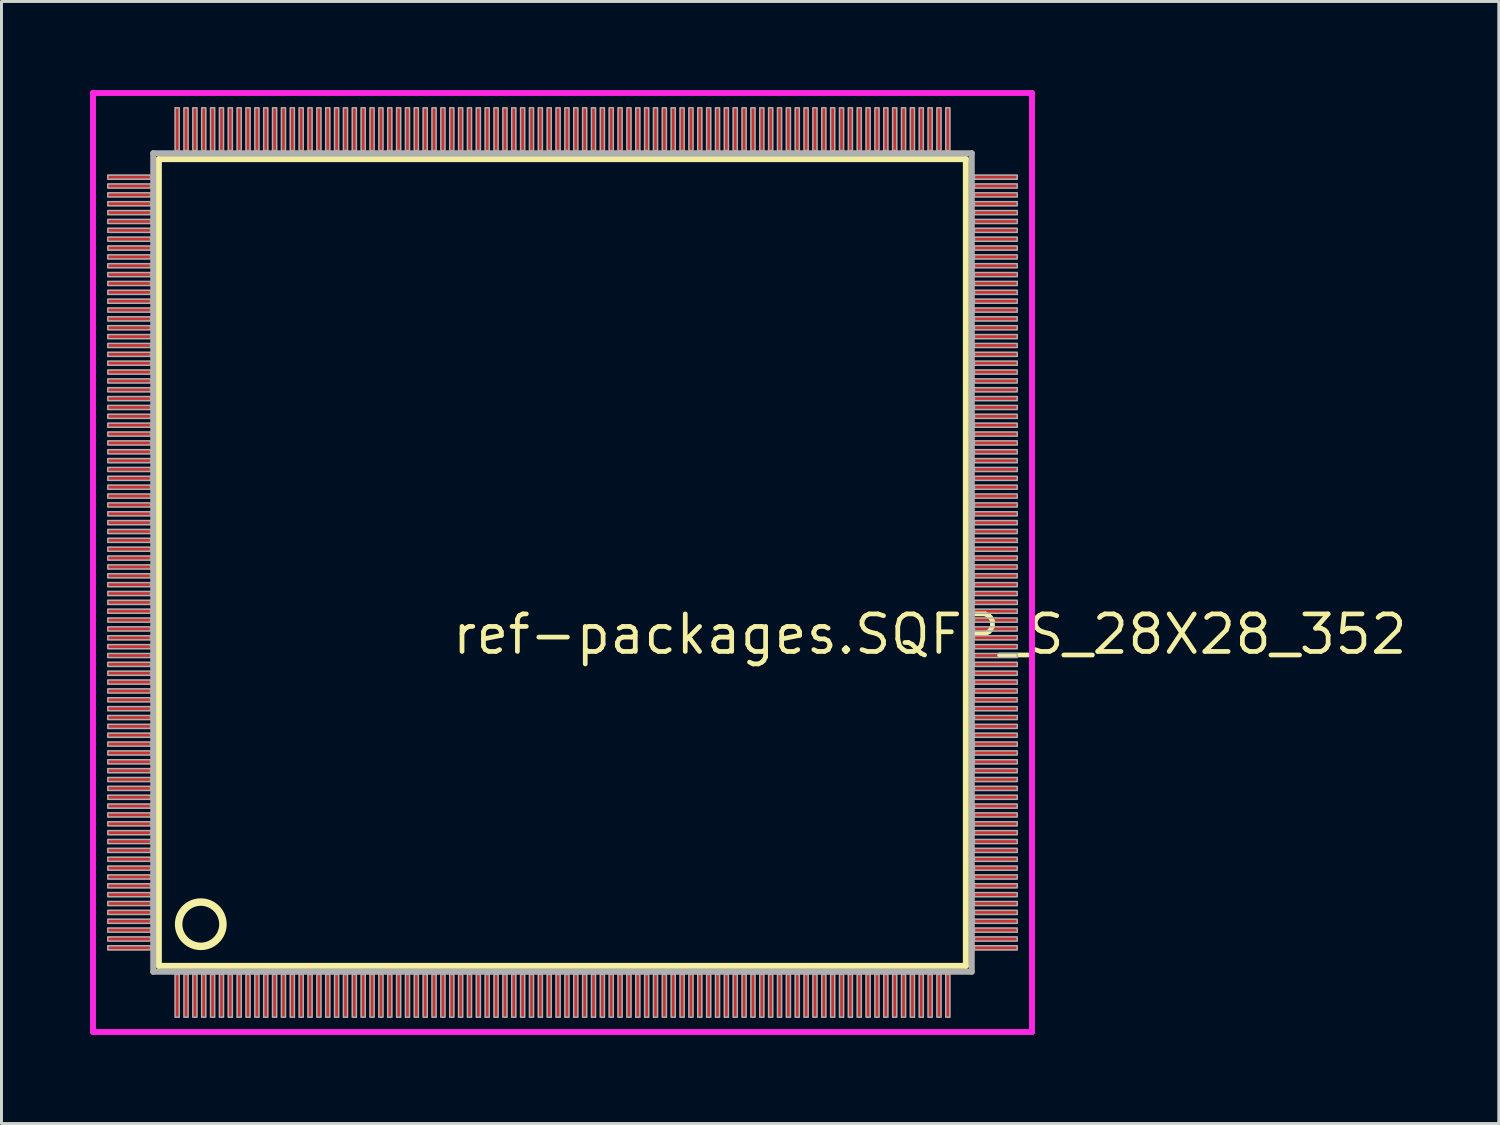
<source format=kicad_pcb>
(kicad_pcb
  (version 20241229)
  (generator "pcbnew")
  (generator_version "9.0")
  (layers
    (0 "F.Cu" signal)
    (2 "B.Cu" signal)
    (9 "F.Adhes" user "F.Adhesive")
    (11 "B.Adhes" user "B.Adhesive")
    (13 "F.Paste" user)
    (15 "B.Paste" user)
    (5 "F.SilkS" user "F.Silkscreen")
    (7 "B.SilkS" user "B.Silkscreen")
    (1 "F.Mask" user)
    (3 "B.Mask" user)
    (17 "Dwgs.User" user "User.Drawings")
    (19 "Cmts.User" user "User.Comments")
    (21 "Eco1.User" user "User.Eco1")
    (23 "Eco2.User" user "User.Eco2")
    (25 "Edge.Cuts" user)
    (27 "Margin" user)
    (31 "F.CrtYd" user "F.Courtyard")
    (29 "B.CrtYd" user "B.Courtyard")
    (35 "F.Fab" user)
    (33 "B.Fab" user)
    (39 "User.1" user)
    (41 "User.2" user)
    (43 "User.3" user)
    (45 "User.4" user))
  (footprint "ref-packages.SQFP_S_28X28_352"
    (layer "F.Cu")
    (at 16 16)
    (property "Reference" "ref-packages.SQFP_S_28X28_352" (at -3.81 3.175 0) (layer "F.SilkS") (effects (font (size 1.27 1.27) (thickness 0.16)) (justify left bottom)))
    (attr smd)
    (fp_line (start -13.67 -13.66) (end 13.66 -13.66) (stroke (width 0.203) (type default)) (layer "F.SilkS"))
    (fp_line (start -13.67 13.66) (end -13.67 -13.66) (stroke (width 0.203) (type default)) (layer "F.SilkS"))
    (fp_line (start 13.66 -13.66) (end 13.66 13.66) (stroke (width 0.203) (type default)) (layer "F.SilkS"))
    (fp_line (start 13.66 13.66) (end -13.67 13.66) (stroke (width 0.203) (type default)) (layer "F.SilkS"))
    (fp_circle (center -12.25 12.25) (end -11.5 12.25) (stroke (width 0.254) (type default)) (fill no) (layer "F.SilkS"))
    (fp_line (start -15.9 -15.9) (end 15.9 -15.9) (stroke (width 0.2) (type default)) (layer "F.CrtYd"))
    (fp_line (start -15.9 15.9) (end -15.9 -15.9) (stroke (width 0.2) (type default)) (layer "F.CrtYd"))
    (fp_line (start 15.9 -15.9) (end 15.9 15.9) (stroke (width 0.2) (type default)) (layer "F.CrtYd"))
    (fp_line (start 15.9 15.9) (end -15.9 15.9) (stroke (width 0.2) (type default)) (layer "F.CrtYd"))
    (fp_line (start -13.86 -13.86) (end -13.86 13.86) (stroke (width 0.203) (type default)) (layer "F.Fab"))
    (fp_line (start -13.86 13.86) (end 13.86 13.86) (stroke (width 0.203) (type default)) (layer "F.Fab"))
    (fp_line (start 13.86 -13.86) (end -13.86 -13.86) (stroke (width 0.203) (type default)) (layer "F.Fab"))
    (fp_line (start 13.86 13.86) (end 13.86 -13.86) (stroke (width 0.203) (type default)) (layer "F.Fab"))
    (fp_rect (start -15.4 -12.98) (end -13.95 -13.12) (stroke (width 0.05) (type default)) (fill no) (layer "F.Fab"))
    (fp_rect (start -15.4 -12.68) (end -13.95 -12.82) (stroke (width 0.05) (type default)) (fill no) (layer "F.Fab"))
    (fp_rect (start -15.4 -12.38) (end -13.95 -12.52) (stroke (width 0.05) (type default)) (fill no) (layer "F.Fab"))
    (fp_rect (start -15.4 -12.08) (end -13.95 -12.22) (stroke (width 0.05) (type default)) (fill no) (layer "F.Fab"))
    (fp_rect (start -15.4 -11.78) (end -13.95 -11.92) (stroke (width 0.05) (type default)) (fill no) (layer "F.Fab"))
    (fp_rect (start -15.4 -11.48) (end -13.95 -11.62) (stroke (width 0.05) (type default)) (fill no) (layer "F.Fab"))
    (fp_rect (start -15.4 -11.18) (end -13.95 -11.32) (stroke (width 0.05) (type default)) (fill no) (layer "F.Fab"))
    (fp_rect (start -15.4 -10.88) (end -13.95 -11.02) (stroke (width 0.05) (type default)) (fill no) (layer "F.Fab"))
    (fp_rect (start -15.4 -10.58) (end -13.95 -10.72) (stroke (width 0.05) (type default)) (fill no) (layer "F.Fab"))
    (fp_rect (start -15.4 -10.28) (end -13.95 -10.42) (stroke (width 0.05) (type default)) (fill no) (layer "F.Fab"))
    (fp_rect (start -15.4 -9.98) (end -13.95 -10.12) (stroke (width 0.05) (type default)) (fill no) (layer "F.Fab"))
    (fp_rect (start -15.4 -9.68) (end -13.95 -9.82) (stroke (width 0.05) (type default)) (fill no) (layer "F.Fab"))
    (fp_rect (start -15.4 -9.38) (end -13.95 -9.52) (stroke (width 0.05) (type default)) (fill no) (layer "F.Fab"))
    (fp_rect (start -15.4 -9.08) (end -13.95 -9.22) (stroke (width 0.05) (type default)) (fill no) (layer "F.Fab"))
    (fp_rect (start -15.4 -8.78) (end -13.95 -8.92) (stroke (width 0.05) (type default)) (fill no) (layer "F.Fab"))
    (fp_rect (start -15.4 -8.48) (end -13.95 -8.62) (stroke (width 0.05) (type default)) (fill no) (layer "F.Fab"))
    (fp_rect (start -15.4 -8.18) (end -13.95 -8.32) (stroke (width 0.05) (type default)) (fill no) (layer "F.Fab"))
    (fp_rect (start -15.4 -7.88) (end -13.95 -8.02) (stroke (width 0.05) (type default)) (fill no) (layer "F.Fab"))
    (fp_rect (start -15.4 -7.58) (end -13.95 -7.72) (stroke (width 0.05) (type default)) (fill no) (layer "F.Fab"))
    (fp_rect (start -15.4 -7.28) (end -13.95 -7.42) (stroke (width 0.05) (type default)) (fill no) (layer "F.Fab"))
    (fp_rect (start -15.4 -6.98) (end -13.95 -7.12) (stroke (width 0.05) (type default)) (fill no) (layer "F.Fab"))
    (fp_rect (start -15.4 -6.68) (end -13.95 -6.82) (stroke (width 0.05) (type default)) (fill no) (layer "F.Fab"))
    (fp_rect (start -15.4 -6.38) (end -13.95 -6.52) (stroke (width 0.05) (type default)) (fill no) (layer "F.Fab"))
    (fp_rect (start -15.4 -6.08) (end -13.95 -6.22) (stroke (width 0.05) (type default)) (fill no) (layer "F.Fab"))
    (fp_rect (start -15.4 -5.78) (end -13.95 -5.92) (stroke (width 0.05) (type default)) (fill no) (layer "F.Fab"))
    (fp_rect (start -15.4 -5.48) (end -13.95 -5.62) (stroke (width 0.05) (type default)) (fill no) (layer "F.Fab"))
    (fp_rect (start -15.4 -5.18) (end -13.95 -5.32) (stroke (width 0.05) (type default)) (fill no) (layer "F.Fab"))
    (fp_rect (start -15.4 -4.88) (end -13.95 -5.02) (stroke (width 0.05) (type default)) (fill no) (layer "F.Fab"))
    (fp_rect (start -15.4 -4.58) (end -13.95 -4.72) (stroke (width 0.05) (type default)) (fill no) (layer "F.Fab"))
    (fp_rect (start -15.4 -4.28) (end -13.95 -4.42) (stroke (width 0.05) (type default)) (fill no) (layer "F.Fab"))
    (fp_rect (start -15.4 -3.98) (end -13.95 -4.12) (stroke (width 0.05) (type default)) (fill no) (layer "F.Fab"))
    (fp_rect (start -15.4 -3.68) (end -13.95 -3.82) (stroke (width 0.05) (type default)) (fill no) (layer "F.Fab"))
    (fp_rect (start -15.4 -3.38) (end -13.95 -3.52) (stroke (width 0.05) (type default)) (fill no) (layer "F.Fab"))
    (fp_rect (start -15.4 -3.08) (end -13.95 -3.22) (stroke (width 0.05) (type default)) (fill no) (layer "F.Fab"))
    (fp_rect (start -15.4 -2.78) (end -13.95 -2.92) (stroke (width 0.05) (type default)) (fill no) (layer "F.Fab"))
    (fp_rect (start -15.4 -2.48) (end -13.95 -2.62) (stroke (width 0.05) (type default)) (fill no) (layer "F.Fab"))
    (fp_rect (start -15.4 -2.18) (end -13.95 -2.32) (stroke (width 0.05) (type default)) (fill no) (layer "F.Fab"))
    (fp_rect (start -15.4 -1.88) (end -13.95 -2.02) (stroke (width 0.05) (type default)) (fill no) (layer "F.Fab"))
    (fp_rect (start -15.4 -1.58) (end -13.95 -1.72) (stroke (width 0.05) (type default)) (fill no) (layer "F.Fab"))
    (fp_rect (start -15.4 -1.28) (end -13.95 -1.42) (stroke (width 0.05) (type default)) (fill no) (layer "F.Fab"))
    (fp_rect (start -15.4 -0.98) (end -13.95 -1.12) (stroke (width 0.05) (type default)) (fill no) (layer "F.Fab"))
    (fp_rect (start -15.4 -0.68) (end -13.95 -0.82) (stroke (width 0.05) (type default)) (fill no) (layer "F.Fab"))
    (fp_rect (start -15.4 -0.38) (end -13.95 -0.52) (stroke (width 0.05) (type default)) (fill no) (layer "F.Fab"))
    (fp_rect (start -15.4 -0.08) (end -13.95 -0.22) (stroke (width 0.05) (type default)) (fill no) (layer "F.Fab"))
    (fp_rect (start -15.4 0.22) (end -13.95 0.08) (stroke (width 0.05) (type default)) (fill no) (layer "F.Fab"))
    (fp_rect (start -15.4 0.52) (end -13.95 0.38) (stroke (width 0.05) (type default)) (fill no) (layer "F.Fab"))
    (fp_rect (start -15.4 0.82) (end -13.95 0.68) (stroke (width 0.05) (type default)) (fill no) (layer "F.Fab"))
    (fp_rect (start -15.4 1.12) (end -13.95 0.98) (stroke (width 0.05) (type default)) (fill no) (layer "F.Fab"))
    (fp_rect (start -15.4 1.42) (end -13.95 1.28) (stroke (width 0.05) (type default)) (fill no) (layer "F.Fab"))
    (fp_rect (start -15.4 1.72) (end -13.95 1.58) (stroke (width 0.05) (type default)) (fill no) (layer "F.Fab"))
    (fp_rect (start -15.4 2.02) (end -13.95 1.88) (stroke (width 0.05) (type default)) (fill no) (layer "F.Fab"))
    (fp_rect (start -15.4 2.32) (end -13.95 2.18) (stroke (width 0.05) (type default)) (fill no) (layer "F.Fab"))
    (fp_rect (start -15.4 2.62) (end -13.95 2.48) (stroke (width 0.05) (type default)) (fill no) (layer "F.Fab"))
    (fp_rect (start -15.4 2.92) (end -13.95 2.78) (stroke (width 0.05) (type default)) (fill no) (layer "F.Fab"))
    (fp_rect (start -15.4 3.22) (end -13.95 3.08) (stroke (width 0.05) (type default)) (fill no) (layer "F.Fab"))
    (fp_rect (start -15.4 3.52) (end -13.95 3.38) (stroke (width 0.05) (type default)) (fill no) (layer "F.Fab"))
    (fp_rect (start -15.4 3.82) (end -13.95 3.68) (stroke (width 0.05) (type default)) (fill no) (layer "F.Fab"))
    (fp_rect (start -15.4 4.12) (end -13.95 3.98) (stroke (width 0.05) (type default)) (fill no) (layer "F.Fab"))
    (fp_rect (start -15.4 4.42) (end -13.95 4.28) (stroke (width 0.05) (type default)) (fill no) (layer "F.Fab"))
    (fp_rect (start -15.4 4.72) (end -13.95 4.58) (stroke (width 0.05) (type default)) (fill no) (layer "F.Fab"))
    (fp_rect (start -15.4 5.02) (end -13.95 4.88) (stroke (width 0.05) (type default)) (fill no) (layer "F.Fab"))
    (fp_rect (start -15.4 5.32) (end -13.95 5.18) (stroke (width 0.05) (type default)) (fill no) (layer "F.Fab"))
    (fp_rect (start -15.4 5.62) (end -13.95 5.48) (stroke (width 0.05) (type default)) (fill no) (layer "F.Fab"))
    (fp_rect (start -15.4 5.92) (end -13.95 5.78) (stroke (width 0.05) (type default)) (fill no) (layer "F.Fab"))
    (fp_rect (start -15.4 6.22) (end -13.95 6.08) (stroke (width 0.05) (type default)) (fill no) (layer "F.Fab"))
    (fp_rect (start -15.4 6.52) (end -13.95 6.38) (stroke (width 0.05) (type default)) (fill no) (layer "F.Fab"))
    (fp_rect (start -15.4 6.82) (end -13.95 6.68) (stroke (width 0.05) (type default)) (fill no) (layer "F.Fab"))
    (fp_rect (start -15.4 7.12) (end -13.95 6.98) (stroke (width 0.05) (type default)) (fill no) (layer "F.Fab"))
    (fp_rect (start -15.4 7.42) (end -13.95 7.28) (stroke (width 0.05) (type default)) (fill no) (layer "F.Fab"))
    (fp_rect (start -15.4 7.72) (end -13.95 7.58) (stroke (width 0.05) (type default)) (fill no) (layer "F.Fab"))
    (fp_rect (start -15.4 8.02) (end -13.95 7.88) (stroke (width 0.05) (type default)) (fill no) (layer "F.Fab"))
    (fp_rect (start -15.4 8.32) (end -13.95 8.18) (stroke (width 0.05) (type default)) (fill no) (layer "F.Fab"))
    (fp_rect (start -15.4 8.62) (end -13.95 8.48) (stroke (width 0.05) (type default)) (fill no) (layer "F.Fab"))
    (fp_rect (start -15.4 8.92) (end -13.95 8.78) (stroke (width 0.05) (type default)) (fill no) (layer "F.Fab"))
    (fp_rect (start -15.4 9.22) (end -13.95 9.08) (stroke (width 0.05) (type default)) (fill no) (layer "F.Fab"))
    (fp_rect (start -15.4 9.52) (end -13.95 9.38) (stroke (width 0.05) (type default)) (fill no) (layer "F.Fab"))
    (fp_rect (start -15.4 9.82) (end -13.95 9.68) (stroke (width 0.05) (type default)) (fill no) (layer "F.Fab"))
    (fp_rect (start -15.4 10.12) (end -13.95 9.98) (stroke (width 0.05) (type default)) (fill no) (layer "F.Fab"))
    (fp_rect (start -15.4 10.42) (end -13.95 10.28) (stroke (width 0.05) (type default)) (fill no) (layer "F.Fab"))
    (fp_rect (start -15.4 10.72) (end -13.95 10.58) (stroke (width 0.05) (type default)) (fill no) (layer "F.Fab"))
    (fp_rect (start -15.4 11.02) (end -13.95 10.88) (stroke (width 0.05) (type default)) (fill no) (layer "F.Fab"))
    (fp_rect (start -15.4 11.32) (end -13.95 11.18) (stroke (width 0.05) (type default)) (fill no) (layer "F.Fab"))
    (fp_rect (start -15.4 11.62) (end -13.95 11.48) (stroke (width 0.05) (type default)) (fill no) (layer "F.Fab"))
    (fp_rect (start -15.4 11.92) (end -13.95 11.78) (stroke (width 0.05) (type default)) (fill no) (layer "F.Fab"))
    (fp_rect (start -15.4 12.22) (end -13.95 12.08) (stroke (width 0.05) (type default)) (fill no) (layer "F.Fab"))
    (fp_rect (start -15.4 12.52) (end -13.95 12.38) (stroke (width 0.05) (type default)) (fill no) (layer "F.Fab"))
    (fp_rect (start -15.4 12.82) (end -13.95 12.68) (stroke (width 0.05) (type default)) (fill no) (layer "F.Fab"))
    (fp_rect (start -15.4 13.12) (end -13.95 12.98) (stroke (width 0.05) (type default)) (fill no) (layer "F.Fab"))
    (fp_rect (start -13.12 -13.95) (end -12.98 -15.4) (stroke (width 0.05) (type default)) (fill no) (layer "F.Fab"))
    (fp_rect (start -13.12 15.4) (end -12.98 13.95) (stroke (width 0.05) (type default)) (fill no) (layer "F.Fab"))
    (fp_rect (start -12.82 -13.95) (end -12.68 -15.4) (stroke (width 0.05) (type default)) (fill no) (layer "F.Fab"))
    (fp_rect (start -12.82 15.4) (end -12.68 13.95) (stroke (width 0.05) (type default)) (fill no) (layer "F.Fab"))
    (fp_rect (start -12.52 -13.95) (end -12.38 -15.4) (stroke (width 0.05) (type default)) (fill no) (layer "F.Fab"))
    (fp_rect (start -12.52 15.4) (end -12.38 13.95) (stroke (width 0.05) (type default)) (fill no) (layer "F.Fab"))
    (fp_rect (start -12.22 -13.95) (end -12.08 -15.4) (stroke (width 0.05) (type default)) (fill no) (layer "F.Fab"))
    (fp_rect (start -12.22 15.4) (end -12.08 13.95) (stroke (width 0.05) (type default)) (fill no) (layer "F.Fab"))
    (fp_rect (start -11.92 -13.95) (end -11.78 -15.4) (stroke (width 0.05) (type default)) (fill no) (layer "F.Fab"))
    (fp_rect (start -11.92 15.4) (end -11.78 13.95) (stroke (width 0.05) (type default)) (fill no) (layer "F.Fab"))
    (fp_rect (start -11.62 -13.95) (end -11.48 -15.4) (stroke (width 0.05) (type default)) (fill no) (layer "F.Fab"))
    (fp_rect (start -11.62 15.4) (end -11.48 13.95) (stroke (width 0.05) (type default)) (fill no) (layer "F.Fab"))
    (fp_rect (start -11.32 -13.95) (end -11.18 -15.4) (stroke (width 0.05) (type default)) (fill no) (layer "F.Fab"))
    (fp_rect (start -11.32 15.4) (end -11.18 13.95) (stroke (width 0.05) (type default)) (fill no) (layer "F.Fab"))
    (fp_rect (start -11.02 -13.95) (end -10.88 -15.4) (stroke (width 0.05) (type default)) (fill no) (layer "F.Fab"))
    (fp_rect (start -11.02 15.4) (end -10.88 13.95) (stroke (width 0.05) (type default)) (fill no) (layer "F.Fab"))
    (fp_rect (start -10.72 -13.95) (end -10.58 -15.4) (stroke (width 0.05) (type default)) (fill no) (layer "F.Fab"))
    (fp_rect (start -10.72 15.4) (end -10.58 13.95) (stroke (width 0.05) (type default)) (fill no) (layer "F.Fab"))
    (fp_rect (start -10.42 -13.95) (end -10.28 -15.4) (stroke (width 0.05) (type default)) (fill no) (layer "F.Fab"))
    (fp_rect (start -10.42 15.4) (end -10.28 13.95) (stroke (width 0.05) (type default)) (fill no) (layer "F.Fab"))
    (fp_rect (start -10.12 -13.95) (end -9.98 -15.4) (stroke (width 0.05) (type default)) (fill no) (layer "F.Fab"))
    (fp_rect (start -10.12 15.4) (end -9.98 13.95) (stroke (width 0.05) (type default)) (fill no) (layer "F.Fab"))
    (fp_rect (start -9.82 -13.95) (end -9.68 -15.4) (stroke (width 0.05) (type default)) (fill no) (layer "F.Fab"))
    (fp_rect (start -9.82 15.4) (end -9.68 13.95) (stroke (width 0.05) (type default)) (fill no) (layer "F.Fab"))
    (fp_rect (start -9.52 -13.95) (end -9.38 -15.4) (stroke (width 0.05) (type default)) (fill no) (layer "F.Fab"))
    (fp_rect (start -9.52 15.4) (end -9.38 13.95) (stroke (width 0.05) (type default)) (fill no) (layer "F.Fab"))
    (fp_rect (start -9.22 -13.95) (end -9.08 -15.4) (stroke (width 0.05) (type default)) (fill no) (layer "F.Fab"))
    (fp_rect (start -9.22 15.4) (end -9.08 13.95) (stroke (width 0.05) (type default)) (fill no) (layer "F.Fab"))
    (fp_rect (start -8.92 -13.95) (end -8.78 -15.4) (stroke (width 0.05) (type default)) (fill no) (layer "F.Fab"))
    (fp_rect (start -8.92 15.4) (end -8.78 13.95) (stroke (width 0.05) (type default)) (fill no) (layer "F.Fab"))
    (fp_rect (start -8.62 -13.95) (end -8.48 -15.4) (stroke (width 0.05) (type default)) (fill no) (layer "F.Fab"))
    (fp_rect (start -8.62 15.4) (end -8.48 13.95) (stroke (width 0.05) (type default)) (fill no) (layer "F.Fab"))
    (fp_rect (start -8.32 -13.95) (end -8.18 -15.4) (stroke (width 0.05) (type default)) (fill no) (layer "F.Fab"))
    (fp_rect (start -8.32 15.4) (end -8.18 13.95) (stroke (width 0.05) (type default)) (fill no) (layer "F.Fab"))
    (fp_rect (start -8.02 -13.95) (end -7.88 -15.4) (stroke (width 0.05) (type default)) (fill no) (layer "F.Fab"))
    (fp_rect (start -8.02 15.4) (end -7.88 13.95) (stroke (width 0.05) (type default)) (fill no) (layer "F.Fab"))
    (fp_rect (start -7.72 -13.95) (end -7.58 -15.4) (stroke (width 0.05) (type default)) (fill no) (layer "F.Fab"))
    (fp_rect (start -7.72 15.4) (end -7.58 13.95) (stroke (width 0.05) (type default)) (fill no) (layer "F.Fab"))
    (fp_rect (start -7.42 -13.95) (end -7.28 -15.4) (stroke (width 0.05) (type default)) (fill no) (layer "F.Fab"))
    (fp_rect (start -7.42 15.4) (end -7.28 13.95) (stroke (width 0.05) (type default)) (fill no) (layer "F.Fab"))
    (fp_rect (start -7.12 -13.95) (end -6.98 -15.4) (stroke (width 0.05) (type default)) (fill no) (layer "F.Fab"))
    (fp_rect (start -7.12 15.4) (end -6.98 13.95) (stroke (width 0.05) (type default)) (fill no) (layer "F.Fab"))
    (fp_rect (start -6.82 -13.95) (end -6.68 -15.4) (stroke (width 0.05) (type default)) (fill no) (layer "F.Fab"))
    (fp_rect (start -6.82 15.4) (end -6.68 13.95) (stroke (width 0.05) (type default)) (fill no) (layer "F.Fab"))
    (fp_rect (start -6.52 -13.95) (end -6.38 -15.4) (stroke (width 0.05) (type default)) (fill no) (layer "F.Fab"))
    (fp_rect (start -6.52 15.4) (end -6.38 13.95) (stroke (width 0.05) (type default)) (fill no) (layer "F.Fab"))
    (fp_rect (start -6.22 -13.95) (end -6.08 -15.4) (stroke (width 0.05) (type default)) (fill no) (layer "F.Fab"))
    (fp_rect (start -6.22 15.4) (end -6.08 13.95) (stroke (width 0.05) (type default)) (fill no) (layer "F.Fab"))
    (fp_rect (start -5.92 -13.95) (end -5.78 -15.4) (stroke (width 0.05) (type default)) (fill no) (layer "F.Fab"))
    (fp_rect (start -5.92 15.4) (end -5.78 13.95) (stroke (width 0.05) (type default)) (fill no) (layer "F.Fab"))
    (fp_rect (start -5.62 -13.95) (end -5.48 -15.4) (stroke (width 0.05) (type default)) (fill no) (layer "F.Fab"))
    (fp_rect (start -5.62 15.4) (end -5.48 13.95) (stroke (width 0.05) (type default)) (fill no) (layer "F.Fab"))
    (fp_rect (start -5.32 -13.95) (end -5.18 -15.4) (stroke (width 0.05) (type default)) (fill no) (layer "F.Fab"))
    (fp_rect (start -5.32 15.4) (end -5.18 13.95) (stroke (width 0.05) (type default)) (fill no) (layer "F.Fab"))
    (fp_rect (start -5.02 -13.95) (end -4.88 -15.4) (stroke (width 0.05) (type default)) (fill no) (layer "F.Fab"))
    (fp_rect (start -5.02 15.4) (end -4.88 13.95) (stroke (width 0.05) (type default)) (fill no) (layer "F.Fab"))
    (fp_rect (start -4.72 -13.95) (end -4.58 -15.4) (stroke (width 0.05) (type default)) (fill no) (layer "F.Fab"))
    (fp_rect (start -4.72 15.4) (end -4.58 13.95) (stroke (width 0.05) (type default)) (fill no) (layer "F.Fab"))
    (fp_rect (start -4.42 -13.95) (end -4.28 -15.4) (stroke (width 0.05) (type default)) (fill no) (layer "F.Fab"))
    (fp_rect (start -4.42 15.4) (end -4.28 13.95) (stroke (width 0.05) (type default)) (fill no) (layer "F.Fab"))
    (fp_rect (start -4.12 -13.95) (end -3.98 -15.4) (stroke (width 0.05) (type default)) (fill no) (layer "F.Fab"))
    (fp_rect (start -4.12 15.4) (end -3.98 13.95) (stroke (width 0.05) (type default)) (fill no) (layer "F.Fab"))
    (fp_rect (start -3.82 -13.95) (end -3.68 -15.4) (stroke (width 0.05) (type default)) (fill no) (layer "F.Fab"))
    (fp_rect (start -3.82 15.4) (end -3.68 13.95) (stroke (width 0.05) (type default)) (fill no) (layer "F.Fab"))
    (fp_rect (start -3.52 -13.95) (end -3.38 -15.4) (stroke (width 0.05) (type default)) (fill no) (layer "F.Fab"))
    (fp_rect (start -3.52 15.4) (end -3.38 13.95) (stroke (width 0.05) (type default)) (fill no) (layer "F.Fab"))
    (fp_rect (start -3.22 -13.95) (end -3.08 -15.4) (stroke (width 0.05) (type default)) (fill no) (layer "F.Fab"))
    (fp_rect (start -3.22 15.4) (end -3.08 13.95) (stroke (width 0.05) (type default)) (fill no) (layer "F.Fab"))
    (fp_rect (start -2.92 -13.95) (end -2.78 -15.4) (stroke (width 0.05) (type default)) (fill no) (layer "F.Fab"))
    (fp_rect (start -2.92 15.4) (end -2.78 13.95) (stroke (width 0.05) (type default)) (fill no) (layer "F.Fab"))
    (fp_rect (start -2.62 -13.95) (end -2.48 -15.4) (stroke (width 0.05) (type default)) (fill no) (layer "F.Fab"))
    (fp_rect (start -2.62 15.4) (end -2.48 13.95) (stroke (width 0.05) (type default)) (fill no) (layer "F.Fab"))
    (fp_rect (start -2.32 -13.95) (end -2.18 -15.4) (stroke (width 0.05) (type default)) (fill no) (layer "F.Fab"))
    (fp_rect (start -2.32 15.4) (end -2.18 13.95) (stroke (width 0.05) (type default)) (fill no) (layer "F.Fab"))
    (fp_rect (start -2.02 -13.95) (end -1.88 -15.4) (stroke (width 0.05) (type default)) (fill no) (layer "F.Fab"))
    (fp_rect (start -2.02 15.4) (end -1.88 13.95) (stroke (width 0.05) (type default)) (fill no) (layer "F.Fab"))
    (fp_rect (start -1.72 -13.95) (end -1.58 -15.4) (stroke (width 0.05) (type default)) (fill no) (layer "F.Fab"))
    (fp_rect (start -1.72 15.4) (end -1.58 13.95) (stroke (width 0.05) (type default)) (fill no) (layer "F.Fab"))
    (fp_rect (start -1.42 -13.95) (end -1.28 -15.4) (stroke (width 0.05) (type default)) (fill no) (layer "F.Fab"))
    (fp_rect (start -1.42 15.4) (end -1.28 13.95) (stroke (width 0.05) (type default)) (fill no) (layer "F.Fab"))
    (fp_rect (start -1.12 -13.95) (end -0.98 -15.4) (stroke (width 0.05) (type default)) (fill no) (layer "F.Fab"))
    (fp_rect (start -1.12 15.4) (end -0.98 13.95) (stroke (width 0.05) (type default)) (fill no) (layer "F.Fab"))
    (fp_rect (start -0.82 -13.95) (end -0.68 -15.4) (stroke (width 0.05) (type default)) (fill no) (layer "F.Fab"))
    (fp_rect (start -0.82 15.4) (end -0.68 13.95) (stroke (width 0.05) (type default)) (fill no) (layer "F.Fab"))
    (fp_rect (start -0.52 -13.95) (end -0.38 -15.4) (stroke (width 0.05) (type default)) (fill no) (layer "F.Fab"))
    (fp_rect (start -0.52 15.4) (end -0.38 13.95) (stroke (width 0.05) (type default)) (fill no) (layer "F.Fab"))
    (fp_rect (start -0.22 -13.95) (end -0.08 -15.4) (stroke (width 0.05) (type default)) (fill no) (layer "F.Fab"))
    (fp_rect (start -0.22 15.4) (end -0.08 13.95) (stroke (width 0.05) (type default)) (fill no) (layer "F.Fab"))
    (fp_rect (start 0.08 -13.95) (end 0.22 -15.4) (stroke (width 0.05) (type default)) (fill no) (layer "F.Fab"))
    (fp_rect (start 0.08 15.4) (end 0.22 13.95) (stroke (width 0.05) (type default)) (fill no) (layer "F.Fab"))
    (fp_rect (start 0.38 -13.95) (end 0.52 -15.4) (stroke (width 0.05) (type default)) (fill no) (layer "F.Fab"))
    (fp_rect (start 0.38 15.4) (end 0.52 13.95) (stroke (width 0.05) (type default)) (fill no) (layer "F.Fab"))
    (fp_rect (start 0.68 -13.95) (end 0.82 -15.4) (stroke (width 0.05) (type default)) (fill no) (layer "F.Fab"))
    (fp_rect (start 0.68 15.4) (end 0.82 13.95) (stroke (width 0.05) (type default)) (fill no) (layer "F.Fab"))
    (fp_rect (start 0.98 -13.95) (end 1.12 -15.4) (stroke (width 0.05) (type default)) (fill no) (layer "F.Fab"))
    (fp_rect (start 0.98 15.4) (end 1.12 13.95) (stroke (width 0.05) (type default)) (fill no) (layer "F.Fab"))
    (fp_rect (start 1.28 -13.95) (end 1.42 -15.4) (stroke (width 0.05) (type default)) (fill no) (layer "F.Fab"))
    (fp_rect (start 1.28 15.4) (end 1.42 13.95) (stroke (width 0.05) (type default)) (fill no) (layer "F.Fab"))
    (fp_rect (start 1.58 -13.95) (end 1.72 -15.4) (stroke (width 0.05) (type default)) (fill no) (layer "F.Fab"))
    (fp_rect (start 1.58 15.4) (end 1.72 13.95) (stroke (width 0.05) (type default)) (fill no) (layer "F.Fab"))
    (fp_rect (start 1.88 -13.95) (end 2.02 -15.4) (stroke (width 0.05) (type default)) (fill no) (layer "F.Fab"))
    (fp_rect (start 1.88 15.4) (end 2.02 13.95) (stroke (width 0.05) (type default)) (fill no) (layer "F.Fab"))
    (fp_rect (start 2.18 -13.95) (end 2.32 -15.4) (stroke (width 0.05) (type default)) (fill no) (layer "F.Fab"))
    (fp_rect (start 2.18 15.4) (end 2.32 13.95) (stroke (width 0.05) (type default)) (fill no) (layer "F.Fab"))
    (fp_rect (start 2.48 -13.95) (end 2.62 -15.4) (stroke (width 0.05) (type default)) (fill no) (layer "F.Fab"))
    (fp_rect (start 2.48 15.4) (end 2.62 13.95) (stroke (width 0.05) (type default)) (fill no) (layer "F.Fab"))
    (fp_rect (start 2.78 -13.95) (end 2.92 -15.4) (stroke (width 0.05) (type default)) (fill no) (layer "F.Fab"))
    (fp_rect (start 2.78 15.4) (end 2.92 13.95) (stroke (width 0.05) (type default)) (fill no) (layer "F.Fab"))
    (fp_rect (start 3.08 -13.95) (end 3.22 -15.4) (stroke (width 0.05) (type default)) (fill no) (layer "F.Fab"))
    (fp_rect (start 3.08 15.4) (end 3.22 13.95) (stroke (width 0.05) (type default)) (fill no) (layer "F.Fab"))
    (fp_rect (start 3.38 -13.95) (end 3.52 -15.4) (stroke (width 0.05) (type default)) (fill no) (layer "F.Fab"))
    (fp_rect (start 3.38 15.4) (end 3.52 13.95) (stroke (width 0.05) (type default)) (fill no) (layer "F.Fab"))
    (fp_rect (start 3.68 -13.95) (end 3.82 -15.4) (stroke (width 0.05) (type default)) (fill no) (layer "F.Fab"))
    (fp_rect (start 3.68 15.4) (end 3.82 13.95) (stroke (width 0.05) (type default)) (fill no) (layer "F.Fab"))
    (fp_rect (start 3.98 -13.95) (end 4.12 -15.4) (stroke (width 0.05) (type default)) (fill no) (layer "F.Fab"))
    (fp_rect (start 3.98 15.4) (end 4.12 13.95) (stroke (width 0.05) (type default)) (fill no) (layer "F.Fab"))
    (fp_rect (start 4.28 -13.95) (end 4.42 -15.4) (stroke (width 0.05) (type default)) (fill no) (layer "F.Fab"))
    (fp_rect (start 4.28 15.4) (end 4.42 13.95) (stroke (width 0.05) (type default)) (fill no) (layer "F.Fab"))
    (fp_rect (start 4.58 -13.95) (end 4.72 -15.4) (stroke (width 0.05) (type default)) (fill no) (layer "F.Fab"))
    (fp_rect (start 4.58 15.4) (end 4.72 13.95) (stroke (width 0.05) (type default)) (fill no) (layer "F.Fab"))
    (fp_rect (start 4.88 -13.95) (end 5.02 -15.4) (stroke (width 0.05) (type default)) (fill no) (layer "F.Fab"))
    (fp_rect (start 4.88 15.4) (end 5.02 13.95) (stroke (width 0.05) (type default)) (fill no) (layer "F.Fab"))
    (fp_rect (start 5.18 -13.95) (end 5.32 -15.4) (stroke (width 0.05) (type default)) (fill no) (layer "F.Fab"))
    (fp_rect (start 5.18 15.4) (end 5.32 13.95) (stroke (width 0.05) (type default)) (fill no) (layer "F.Fab"))
    (fp_rect (start 5.48 -13.95) (end 5.62 -15.4) (stroke (width 0.05) (type default)) (fill no) (layer "F.Fab"))
    (fp_rect (start 5.48 15.4) (end 5.62 13.95) (stroke (width 0.05) (type default)) (fill no) (layer "F.Fab"))
    (fp_rect (start 5.78 -13.95) (end 5.92 -15.4) (stroke (width 0.05) (type default)) (fill no) (layer "F.Fab"))
    (fp_rect (start 5.78 15.4) (end 5.92 13.95) (stroke (width 0.05) (type default)) (fill no) (layer "F.Fab"))
    (fp_rect (start 6.08 -13.95) (end 6.22 -15.4) (stroke (width 0.05) (type default)) (fill no) (layer "F.Fab"))
    (fp_rect (start 6.08 15.4) (end 6.22 13.95) (stroke (width 0.05) (type default)) (fill no) (layer "F.Fab"))
    (fp_rect (start 6.38 -13.95) (end 6.52 -15.4) (stroke (width 0.05) (type default)) (fill no) (layer "F.Fab"))
    (fp_rect (start 6.38 15.4) (end 6.52 13.95) (stroke (width 0.05) (type default)) (fill no) (layer "F.Fab"))
    (fp_rect (start 6.68 -13.95) (end 6.82 -15.4) (stroke (width 0.05) (type default)) (fill no) (layer "F.Fab"))
    (fp_rect (start 6.68 15.4) (end 6.82 13.95) (stroke (width 0.05) (type default)) (fill no) (layer "F.Fab"))
    (fp_rect (start 6.98 -13.95) (end 7.12 -15.4) (stroke (width 0.05) (type default)) (fill no) (layer "F.Fab"))
    (fp_rect (start 6.98 15.4) (end 7.12 13.95) (stroke (width 0.05) (type default)) (fill no) (layer "F.Fab"))
    (fp_rect (start 7.28 -13.95) (end 7.42 -15.4) (stroke (width 0.05) (type default)) (fill no) (layer "F.Fab"))
    (fp_rect (start 7.28 15.4) (end 7.42 13.95) (stroke (width 0.05) (type default)) (fill no) (layer "F.Fab"))
    (fp_rect (start 7.58 -13.95) (end 7.72 -15.4) (stroke (width 0.05) (type default)) (fill no) (layer "F.Fab"))
    (fp_rect (start 7.58 15.4) (end 7.72 13.95) (stroke (width 0.05) (type default)) (fill no) (layer "F.Fab"))
    (fp_rect (start 7.88 -13.95) (end 8.02 -15.4) (stroke (width 0.05) (type default)) (fill no) (layer "F.Fab"))
    (fp_rect (start 7.88 15.4) (end 8.02 13.95) (stroke (width 0.05) (type default)) (fill no) (layer "F.Fab"))
    (fp_rect (start 8.18 -13.95) (end 8.32 -15.4) (stroke (width 0.05) (type default)) (fill no) (layer "F.Fab"))
    (fp_rect (start 8.18 15.4) (end 8.32 13.95) (stroke (width 0.05) (type default)) (fill no) (layer "F.Fab"))
    (fp_rect (start 8.48 -13.95) (end 8.62 -15.4) (stroke (width 0.05) (type default)) (fill no) (layer "F.Fab"))
    (fp_rect (start 8.48 15.4) (end 8.62 13.95) (stroke (width 0.05) (type default)) (fill no) (layer "F.Fab"))
    (fp_rect (start 8.78 -13.95) (end 8.92 -15.4) (stroke (width 0.05) (type default)) (fill no) (layer "F.Fab"))
    (fp_rect (start 8.78 15.4) (end 8.92 13.95) (stroke (width 0.05) (type default)) (fill no) (layer "F.Fab"))
    (fp_rect (start 9.08 -13.95) (end 9.22 -15.4) (stroke (width 0.05) (type default)) (fill no) (layer "F.Fab"))
    (fp_rect (start 9.08 15.4) (end 9.22 13.95) (stroke (width 0.05) (type default)) (fill no) (layer "F.Fab"))
    (fp_rect (start 9.38 -13.95) (end 9.52 -15.4) (stroke (width 0.05) (type default)) (fill no) (layer "F.Fab"))
    (fp_rect (start 9.38 15.4) (end 9.52 13.95) (stroke (width 0.05) (type default)) (fill no) (layer "F.Fab"))
    (fp_rect (start 9.68 -13.95) (end 9.82 -15.4) (stroke (width 0.05) (type default)) (fill no) (layer "F.Fab"))
    (fp_rect (start 9.68 15.4) (end 9.82 13.95) (stroke (width 0.05) (type default)) (fill no) (layer "F.Fab"))
    (fp_rect (start 9.98 -13.95) (end 10.12 -15.4) (stroke (width 0.05) (type default)) (fill no) (layer "F.Fab"))
    (fp_rect (start 9.98 15.4) (end 10.12 13.95) (stroke (width 0.05) (type default)) (fill no) (layer "F.Fab"))
    (fp_rect (start 10.28 -13.95) (end 10.42 -15.4) (stroke (width 0.05) (type default)) (fill no) (layer "F.Fab"))
    (fp_rect (start 10.28 15.4) (end 10.42 13.95) (stroke (width 0.05) (type default)) (fill no) (layer "F.Fab"))
    (fp_rect (start 10.58 -13.95) (end 10.72 -15.4) (stroke (width 0.05) (type default)) (fill no) (layer "F.Fab"))
    (fp_rect (start 10.58 15.4) (end 10.72 13.95) (stroke (width 0.05) (type default)) (fill no) (layer "F.Fab"))
    (fp_rect (start 10.88 -13.95) (end 11.02 -15.4) (stroke (width 0.05) (type default)) (fill no) (layer "F.Fab"))
    (fp_rect (start 10.88 15.4) (end 11.02 13.95) (stroke (width 0.05) (type default)) (fill no) (layer "F.Fab"))
    (fp_rect (start 11.18 -13.95) (end 11.32 -15.4) (stroke (width 0.05) (type default)) (fill no) (layer "F.Fab"))
    (fp_rect (start 11.18 15.4) (end 11.32 13.95) (stroke (width 0.05) (type default)) (fill no) (layer "F.Fab"))
    (fp_rect (start 11.48 -13.95) (end 11.62 -15.4) (stroke (width 0.05) (type default)) (fill no) (layer "F.Fab"))
    (fp_rect (start 11.48 15.4) (end 11.62 13.95) (stroke (width 0.05) (type default)) (fill no) (layer "F.Fab"))
    (fp_rect (start 11.78 -13.95) (end 11.92 -15.4) (stroke (width 0.05) (type default)) (fill no) (layer "F.Fab"))
    (fp_rect (start 11.78 15.4) (end 11.92 13.95) (stroke (width 0.05) (type default)) (fill no) (layer "F.Fab"))
    (fp_rect (start 12.08 -13.95) (end 12.22 -15.4) (stroke (width 0.05) (type default)) (fill no) (layer "F.Fab"))
    (fp_rect (start 12.08 15.4) (end 12.22 13.95) (stroke (width 0.05) (type default)) (fill no) (layer "F.Fab"))
    (fp_rect (start 12.38 -13.95) (end 12.52 -15.4) (stroke (width 0.05) (type default)) (fill no) (layer "F.Fab"))
    (fp_rect (start 12.38 15.4) (end 12.52 13.95) (stroke (width 0.05) (type default)) (fill no) (layer "F.Fab"))
    (fp_rect (start 12.68 -13.95) (end 12.82 -15.4) (stroke (width 0.05) (type default)) (fill no) (layer "F.Fab"))
    (fp_rect (start 12.68 15.4) (end 12.82 13.95) (stroke (width 0.05) (type default)) (fill no) (layer "F.Fab"))
    (fp_rect (start 12.98 -13.95) (end 13.12 -15.4) (stroke (width 0.05) (type default)) (fill no) (layer "F.Fab"))
    (fp_rect (start 12.98 15.4) (end 13.12 13.95) (stroke (width 0.05) (type default)) (fill no) (layer "F.Fab"))
    (fp_rect (start 13.95 -12.98) (end 15.4 -13.12) (stroke (width 0.05) (type default)) (fill no) (layer "F.Fab"))
    (fp_rect (start 13.95 -12.68) (end 15.4 -12.82) (stroke (width 0.05) (type default)) (fill no) (layer "F.Fab"))
    (fp_rect (start 13.95 -12.38) (end 15.4 -12.52) (stroke (width 0.05) (type default)) (fill no) (layer "F.Fab"))
    (fp_rect (start 13.95 -12.08) (end 15.4 -12.22) (stroke (width 0.05) (type default)) (fill no) (layer "F.Fab"))
    (fp_rect (start 13.95 -11.78) (end 15.4 -11.92) (stroke (width 0.05) (type default)) (fill no) (layer "F.Fab"))
    (fp_rect (start 13.95 -11.48) (end 15.4 -11.62) (stroke (width 0.05) (type default)) (fill no) (layer "F.Fab"))
    (fp_rect (start 13.95 -11.18) (end 15.4 -11.32) (stroke (width 0.05) (type default)) (fill no) (layer "F.Fab"))
    (fp_rect (start 13.95 -10.88) (end 15.4 -11.02) (stroke (width 0.05) (type default)) (fill no) (layer "F.Fab"))
    (fp_rect (start 13.95 -10.58) (end 15.4 -10.72) (stroke (width 0.05) (type default)) (fill no) (layer "F.Fab"))
    (fp_rect (start 13.95 -10.28) (end 15.4 -10.42) (stroke (width 0.05) (type default)) (fill no) (layer "F.Fab"))
    (fp_rect (start 13.95 -9.98) (end 15.4 -10.12) (stroke (width 0.05) (type default)) (fill no) (layer "F.Fab"))
    (fp_rect (start 13.95 -9.68) (end 15.4 -9.82) (stroke (width 0.05) (type default)) (fill no) (layer "F.Fab"))
    (fp_rect (start 13.95 -9.38) (end 15.4 -9.52) (stroke (width 0.05) (type default)) (fill no) (layer "F.Fab"))
    (fp_rect (start 13.95 -9.08) (end 15.4 -9.22) (stroke (width 0.05) (type default)) (fill no) (layer "F.Fab"))
    (fp_rect (start 13.95 -8.78) (end 15.4 -8.92) (stroke (width 0.05) (type default)) (fill no) (layer "F.Fab"))
    (fp_rect (start 13.95 -8.48) (end 15.4 -8.62) (stroke (width 0.05) (type default)) (fill no) (layer "F.Fab"))
    (fp_rect (start 13.95 -8.18) (end 15.4 -8.32) (stroke (width 0.05) (type default)) (fill no) (layer "F.Fab"))
    (fp_rect (start 13.95 -7.88) (end 15.4 -8.02) (stroke (width 0.05) (type default)) (fill no) (layer "F.Fab"))
    (fp_rect (start 13.95 -7.58) (end 15.4 -7.72) (stroke (width 0.05) (type default)) (fill no) (layer "F.Fab"))
    (fp_rect (start 13.95 -7.28) (end 15.4 -7.42) (stroke (width 0.05) (type default)) (fill no) (layer "F.Fab"))
    (fp_rect (start 13.95 -6.98) (end 15.4 -7.12) (stroke (width 0.05) (type default)) (fill no) (layer "F.Fab"))
    (fp_rect (start 13.95 -6.68) (end 15.4 -6.82) (stroke (width 0.05) (type default)) (fill no) (layer "F.Fab"))
    (fp_rect (start 13.95 -6.38) (end 15.4 -6.52) (stroke (width 0.05) (type default)) (fill no) (layer "F.Fab"))
    (fp_rect (start 13.95 -6.08) (end 15.4 -6.22) (stroke (width 0.05) (type default)) (fill no) (layer "F.Fab"))
    (fp_rect (start 13.95 -5.78) (end 15.4 -5.92) (stroke (width 0.05) (type default)) (fill no) (layer "F.Fab"))
    (fp_rect (start 13.95 -5.48) (end 15.4 -5.62) (stroke (width 0.05) (type default)) (fill no) (layer "F.Fab"))
    (fp_rect (start 13.95 -5.18) (end 15.4 -5.32) (stroke (width 0.05) (type default)) (fill no) (layer "F.Fab"))
    (fp_rect (start 13.95 -4.88) (end 15.4 -5.02) (stroke (width 0.05) (type default)) (fill no) (layer "F.Fab"))
    (fp_rect (start 13.95 -4.58) (end 15.4 -4.72) (stroke (width 0.05) (type default)) (fill no) (layer "F.Fab"))
    (fp_rect (start 13.95 -4.28) (end 15.4 -4.42) (stroke (width 0.05) (type default)) (fill no) (layer "F.Fab"))
    (fp_rect (start 13.95 -3.98) (end 15.4 -4.12) (stroke (width 0.05) (type default)) (fill no) (layer "F.Fab"))
    (fp_rect (start 13.95 -3.68) (end 15.4 -3.82) (stroke (width 0.05) (type default)) (fill no) (layer "F.Fab"))
    (fp_rect (start 13.95 -3.38) (end 15.4 -3.52) (stroke (width 0.05) (type default)) (fill no) (layer "F.Fab"))
    (fp_rect (start 13.95 -3.08) (end 15.4 -3.22) (stroke (width 0.05) (type default)) (fill no) (layer "F.Fab"))
    (fp_rect (start 13.95 -2.78) (end 15.4 -2.92) (stroke (width 0.05) (type default)) (fill no) (layer "F.Fab"))
    (fp_rect (start 13.95 -2.48) (end 15.4 -2.62) (stroke (width 0.05) (type default)) (fill no) (layer "F.Fab"))
    (fp_rect (start 13.95 -2.18) (end 15.4 -2.32) (stroke (width 0.05) (type default)) (fill no) (layer "F.Fab"))
    (fp_rect (start 13.95 -1.88) (end 15.4 -2.02) (stroke (width 0.05) (type default)) (fill no) (layer "F.Fab"))
    (fp_rect (start 13.95 -1.58) (end 15.4 -1.72) (stroke (width 0.05) (type default)) (fill no) (layer "F.Fab"))
    (fp_rect (start 13.95 -1.28) (end 15.4 -1.42) (stroke (width 0.05) (type default)) (fill no) (layer "F.Fab"))
    (fp_rect (start 13.95 -0.98) (end 15.4 -1.12) (stroke (width 0.05) (type default)) (fill no) (layer "F.Fab"))
    (fp_rect (start 13.95 -0.68) (end 15.4 -0.82) (stroke (width 0.05) (type default)) (fill no) (layer "F.Fab"))
    (fp_rect (start 13.95 -0.38) (end 15.4 -0.52) (stroke (width 0.05) (type default)) (fill no) (layer "F.Fab"))
    (fp_rect (start 13.95 -0.08) (end 15.4 -0.22) (stroke (width 0.05) (type default)) (fill no) (layer "F.Fab"))
    (fp_rect (start 13.95 0.22) (end 15.4 0.08) (stroke (width 0.05) (type default)) (fill no) (layer "F.Fab"))
    (fp_rect (start 13.95 0.52) (end 15.4 0.38) (stroke (width 0.05) (type default)) (fill no) (layer "F.Fab"))
    (fp_rect (start 13.95 0.82) (end 15.4 0.68) (stroke (width 0.05) (type default)) (fill no) (layer "F.Fab"))
    (fp_rect (start 13.95 1.12) (end 15.4 0.98) (stroke (width 0.05) (type default)) (fill no) (layer "F.Fab"))
    (fp_rect (start 13.95 1.42) (end 15.4 1.28) (stroke (width 0.05) (type default)) (fill no) (layer "F.Fab"))
    (fp_rect (start 13.95 1.72) (end 15.4 1.58) (stroke (width 0.05) (type default)) (fill no) (layer "F.Fab"))
    (fp_rect (start 13.95 2.02) (end 15.4 1.88) (stroke (width 0.05) (type default)) (fill no) (layer "F.Fab"))
    (fp_rect (start 13.95 2.32) (end 15.4 2.18) (stroke (width 0.05) (type default)) (fill no) (layer "F.Fab"))
    (fp_rect (start 13.95 2.62) (end 15.4 2.48) (stroke (width 0.05) (type default)) (fill no) (layer "F.Fab"))
    (fp_rect (start 13.95 2.92) (end 15.4 2.78) (stroke (width 0.05) (type default)) (fill no) (layer "F.Fab"))
    (fp_rect (start 13.95 3.22) (end 15.4 3.08) (stroke (width 0.05) (type default)) (fill no) (layer "F.Fab"))
    (fp_rect (start 13.95 3.52) (end 15.4 3.38) (stroke (width 0.05) (type default)) (fill no) (layer "F.Fab"))
    (fp_rect (start 13.95 3.82) (end 15.4 3.68) (stroke (width 0.05) (type default)) (fill no) (layer "F.Fab"))
    (fp_rect (start 13.95 4.12) (end 15.4 3.98) (stroke (width 0.05) (type default)) (fill no) (layer "F.Fab"))
    (fp_rect (start 13.95 4.42) (end 15.4 4.28) (stroke (width 0.05) (type default)) (fill no) (layer "F.Fab"))
    (fp_rect (start 13.95 4.72) (end 15.4 4.58) (stroke (width 0.05) (type default)) (fill no) (layer "F.Fab"))
    (fp_rect (start 13.95 5.02) (end 15.4 4.88) (stroke (width 0.05) (type default)) (fill no) (layer "F.Fab"))
    (fp_rect (start 13.95 5.32) (end 15.4 5.18) (stroke (width 0.05) (type default)) (fill no) (layer "F.Fab"))
    (fp_rect (start 13.95 5.62) (end 15.4 5.48) (stroke (width 0.05) (type default)) (fill no) (layer "F.Fab"))
    (fp_rect (start 13.95 5.92) (end 15.4 5.78) (stroke (width 0.05) (type default)) (fill no) (layer "F.Fab"))
    (fp_rect (start 13.95 6.22) (end 15.4 6.08) (stroke (width 0.05) (type default)) (fill no) (layer "F.Fab"))
    (fp_rect (start 13.95 6.52) (end 15.4 6.38) (stroke (width 0.05) (type default)) (fill no) (layer "F.Fab"))
    (fp_rect (start 13.95 6.82) (end 15.4 6.68) (stroke (width 0.05) (type default)) (fill no) (layer "F.Fab"))
    (fp_rect (start 13.95 7.12) (end 15.4 6.98) (stroke (width 0.05) (type default)) (fill no) (layer "F.Fab"))
    (fp_rect (start 13.95 7.42) (end 15.4 7.28) (stroke (width 0.05) (type default)) (fill no) (layer "F.Fab"))
    (fp_rect (start 13.95 7.72) (end 15.4 7.58) (stroke (width 0.05) (type default)) (fill no) (layer "F.Fab"))
    (fp_rect (start 13.95 8.02) (end 15.4 7.88) (stroke (width 0.05) (type default)) (fill no) (layer "F.Fab"))
    (fp_rect (start 13.95 8.32) (end 15.4 8.18) (stroke (width 0.05) (type default)) (fill no) (layer "F.Fab"))
    (fp_rect (start 13.95 8.62) (end 15.4 8.48) (stroke (width 0.05) (type default)) (fill no) (layer "F.Fab"))
    (fp_rect (start 13.95 8.92) (end 15.4 8.78) (stroke (width 0.05) (type default)) (fill no) (layer "F.Fab"))
    (fp_rect (start 13.95 9.22) (end 15.4 9.08) (stroke (width 0.05) (type default)) (fill no) (layer "F.Fab"))
    (fp_rect (start 13.95 9.52) (end 15.4 9.38) (stroke (width 0.05) (type default)) (fill no) (layer "F.Fab"))
    (fp_rect (start 13.95 9.82) (end 15.4 9.68) (stroke (width 0.05) (type default)) (fill no) (layer "F.Fab"))
    (fp_rect (start 13.95 10.12) (end 15.4 9.98) (stroke (width 0.05) (type default)) (fill no) (layer "F.Fab"))
    (fp_rect (start 13.95 10.42) (end 15.4 10.28) (stroke (width 0.05) (type default)) (fill no) (layer "F.Fab"))
    (fp_rect (start 13.95 10.72) (end 15.4 10.58) (stroke (width 0.05) (type default)) (fill no) (layer "F.Fab"))
    (fp_rect (start 13.95 11.02) (end 15.4 10.88) (stroke (width 0.05) (type default)) (fill no) (layer "F.Fab"))
    (fp_rect (start 13.95 11.32) (end 15.4 11.18) (stroke (width 0.05) (type default)) (fill no) (layer "F.Fab"))
    (fp_rect (start 13.95 11.62) (end 15.4 11.48) (stroke (width 0.05) (type default)) (fill no) (layer "F.Fab"))
    (fp_rect (start 13.95 11.92) (end 15.4 11.78) (stroke (width 0.05) (type default)) (fill no) (layer "F.Fab"))
    (fp_rect (start 13.95 12.22) (end 15.4 12.08) (stroke (width 0.05) (type default)) (fill no) (layer "F.Fab"))
    (fp_rect (start 13.95 12.52) (end 15.4 12.38) (stroke (width 0.05) (type default)) (fill no) (layer "F.Fab"))
    (fp_rect (start 13.95 12.82) (end 15.4 12.68) (stroke (width 0.05) (type default)) (fill no) (layer "F.Fab"))
    (fp_rect (start 13.95 13.12) (end 15.4 12.98) (stroke (width 0.05) (type default)) (fill no) (layer "F.Fab"))
    (pad "1" smd roundrect (at -13.05 14.6) (size 0.17 1.6) (layers "F.Cu" "F.Mask" "F.Paste") (roundrect_rratio 0.01))
    (pad "2" smd roundrect (at -12.75 14.6) (size 0.17 1.6) (layers "F.Cu" "F.Mask" "F.Paste") (roundrect_rratio 0.01))
    (pad "3" smd roundrect (at -12.45 14.6) (size 0.17 1.6) (layers "F.Cu" "F.Mask" "F.Paste") (roundrect_rratio 0.01))
    (pad "4" smd roundrect (at -12.15 14.6) (size 0.17 1.6) (layers "F.Cu" "F.Mask" "F.Paste") (roundrect_rratio 0.01))
    (pad "5" smd roundrect (at -11.85 14.6) (size 0.17 1.6) (layers "F.Cu" "F.Mask" "F.Paste") (roundrect_rratio 0.01))
    (pad "6" smd roundrect (at -11.55 14.6) (size 0.17 1.6) (layers "F.Cu" "F.Mask" "F.Paste") (roundrect_rratio 0.01))
    (pad "7" smd roundrect (at -11.25 14.6) (size 0.17 1.6) (layers "F.Cu" "F.Mask" "F.Paste") (roundrect_rratio 0.01))
    (pad "8" smd roundrect (at -10.95 14.6) (size 0.17 1.6) (layers "F.Cu" "F.Mask" "F.Paste") (roundrect_rratio 0.01))
    (pad "9" smd roundrect (at -10.65 14.6) (size 0.17 1.6) (layers "F.Cu" "F.Mask" "F.Paste") (roundrect_rratio 0.01))
    (pad "10" smd roundrect (at -10.35 14.6) (size 0.17 1.6) (layers "F.Cu" "F.Mask" "F.Paste") (roundrect_rratio 0.01))
    (pad "11" smd roundrect (at -10.05 14.6) (size 0.17 1.6) (layers "F.Cu" "F.Mask" "F.Paste") (roundrect_rratio 0.01))
    (pad "12" smd roundrect (at -9.75 14.6) (size 0.17 1.6) (layers "F.Cu" "F.Mask" "F.Paste") (roundrect_rratio 0.01))
    (pad "13" smd roundrect (at -9.45 14.6) (size 0.17 1.6) (layers "F.Cu" "F.Mask" "F.Paste") (roundrect_rratio 0.01))
    (pad "14" smd roundrect (at -9.15 14.6) (size 0.17 1.6) (layers "F.Cu" "F.Mask" "F.Paste") (roundrect_rratio 0.01))
    (pad "15" smd roundrect (at -8.85 14.6) (size 0.17 1.6) (layers "F.Cu" "F.Mask" "F.Paste") (roundrect_rratio 0.01))
    (pad "16" smd roundrect (at -8.55 14.6) (size 0.17 1.6) (layers "F.Cu" "F.Mask" "F.Paste") (roundrect_rratio 0.01))
    (pad "17" smd roundrect (at -8.25 14.6) (size 0.17 1.6) (layers "F.Cu" "F.Mask" "F.Paste") (roundrect_rratio 0.01))
    (pad "18" smd roundrect (at -7.95 14.6) (size 0.17 1.6) (layers "F.Cu" "F.Mask" "F.Paste") (roundrect_rratio 0.01))
    (pad "19" smd roundrect (at -7.65 14.6) (size 0.17 1.6) (layers "F.Cu" "F.Mask" "F.Paste") (roundrect_rratio 0.01))
    (pad "20" smd roundrect (at -7.35 14.6) (size 0.17 1.6) (layers "F.Cu" "F.Mask" "F.Paste") (roundrect_rratio 0.01))
    (pad "21" smd roundrect (at -7.05 14.6) (size 0.17 1.6) (layers "F.Cu" "F.Mask" "F.Paste") (roundrect_rratio 0.01))
    (pad "22" smd roundrect (at -6.75 14.6) (size 0.17 1.6) (layers "F.Cu" "F.Mask" "F.Paste") (roundrect_rratio 0.01))
    (pad "23" smd roundrect (at -6.45 14.6) (size 0.17 1.6) (layers "F.Cu" "F.Mask" "F.Paste") (roundrect_rratio 0.01))
    (pad "24" smd roundrect (at -6.15 14.6) (size 0.17 1.6) (layers "F.Cu" "F.Mask" "F.Paste") (roundrect_rratio 0.01))
    (pad "25" smd roundrect (at -5.85 14.6) (size 0.17 1.6) (layers "F.Cu" "F.Mask" "F.Paste") (roundrect_rratio 0.01))
    (pad "26" smd roundrect (at -5.55 14.6) (size 0.17 1.6) (layers "F.Cu" "F.Mask" "F.Paste") (roundrect_rratio 0.01))
    (pad "27" smd roundrect (at -5.25 14.6) (size 0.17 1.6) (layers "F.Cu" "F.Mask" "F.Paste") (roundrect_rratio 0.01))
    (pad "28" smd roundrect (at -4.95 14.6) (size 0.17 1.6) (layers "F.Cu" "F.Mask" "F.Paste") (roundrect_rratio 0.01))
    (pad "29" smd roundrect (at -4.65 14.6) (size 0.17 1.6) (layers "F.Cu" "F.Mask" "F.Paste") (roundrect_rratio 0.01))
    (pad "30" smd roundrect (at -4.35 14.6) (size 0.17 1.6) (layers "F.Cu" "F.Mask" "F.Paste") (roundrect_rratio 0.01))
    (pad "31" smd roundrect (at -4.05 14.6) (size 0.17 1.6) (layers "F.Cu" "F.Mask" "F.Paste") (roundrect_rratio 0.01))
    (pad "32" smd roundrect (at -3.75 14.6) (size 0.17 1.6) (layers "F.Cu" "F.Mask" "F.Paste") (roundrect_rratio 0.01))
    (pad "33" smd roundrect (at -3.45 14.6) (size 0.17 1.6) (layers "F.Cu" "F.Mask" "F.Paste") (roundrect_rratio 0.01))
    (pad "34" smd roundrect (at -3.15 14.6) (size 0.17 1.6) (layers "F.Cu" "F.Mask" "F.Paste") (roundrect_rratio 0.01))
    (pad "35" smd roundrect (at -2.85 14.6) (size 0.17 1.6) (layers "F.Cu" "F.Mask" "F.Paste") (roundrect_rratio 0.01))
    (pad "36" smd roundrect (at -2.55 14.6) (size 0.17 1.6) (layers "F.Cu" "F.Mask" "F.Paste") (roundrect_rratio 0.01))
    (pad "37" smd roundrect (at -2.25 14.6) (size 0.17 1.6) (layers "F.Cu" "F.Mask" "F.Paste") (roundrect_rratio 0.01))
    (pad "38" smd roundrect (at -1.95 14.6) (size 0.17 1.6) (layers "F.Cu" "F.Mask" "F.Paste") (roundrect_rratio 0.01))
    (pad "39" smd roundrect (at -1.65 14.6) (size 0.17 1.6) (layers "F.Cu" "F.Mask" "F.Paste") (roundrect_rratio 0.01))
    (pad "40" smd roundrect (at -1.35 14.6) (size 0.17 1.6) (layers "F.Cu" "F.Mask" "F.Paste") (roundrect_rratio 0.01))
    (pad "41" smd roundrect (at -1.05 14.6) (size 0.17 1.6) (layers "F.Cu" "F.Mask" "F.Paste") (roundrect_rratio 0.01))
    (pad "42" smd roundrect (at -0.75 14.6) (size 0.17 1.6) (layers "F.Cu" "F.Mask" "F.Paste") (roundrect_rratio 0.01))
    (pad "43" smd roundrect (at -0.45 14.6) (size 0.17 1.6) (layers "F.Cu" "F.Mask" "F.Paste") (roundrect_rratio 0.01))
    (pad "44" smd roundrect (at -0.15 14.6) (size 0.17 1.6) (layers "F.Cu" "F.Mask" "F.Paste") (roundrect_rratio 0.01))
    (pad "45" smd roundrect (at 0.15 14.6) (size 0.17 1.6) (layers "F.Cu" "F.Mask" "F.Paste") (roundrect_rratio 0.01))
    (pad "46" smd roundrect (at 0.45 14.6) (size 0.17 1.6) (layers "F.Cu" "F.Mask" "F.Paste") (roundrect_rratio 0.01))
    (pad "47" smd roundrect (at 0.75 14.6) (size 0.17 1.6) (layers "F.Cu" "F.Mask" "F.Paste") (roundrect_rratio 0.01))
    (pad "48" smd roundrect (at 1.05 14.6) (size 0.17 1.6) (layers "F.Cu" "F.Mask" "F.Paste") (roundrect_rratio 0.01))
    (pad "49" smd roundrect (at 1.35 14.6) (size 0.17 1.6) (layers "F.Cu" "F.Mask" "F.Paste") (roundrect_rratio 0.01))
    (pad "50" smd roundrect (at 1.65 14.6) (size 0.17 1.6) (layers "F.Cu" "F.Mask" "F.Paste") (roundrect_rratio 0.01))
    (pad "51" smd roundrect (at 1.95 14.6) (size 0.17 1.6) (layers "F.Cu" "F.Mask" "F.Paste") (roundrect_rratio 0.01))
    (pad "52" smd roundrect (at 2.25 14.6) (size 0.17 1.6) (layers "F.Cu" "F.Mask" "F.Paste") (roundrect_rratio 0.01))
    (pad "53" smd roundrect (at 2.55 14.6) (size 0.17 1.6) (layers "F.Cu" "F.Mask" "F.Paste") (roundrect_rratio 0.01))
    (pad "54" smd roundrect (at 2.85 14.6) (size 0.17 1.6) (layers "F.Cu" "F.Mask" "F.Paste") (roundrect_rratio 0.01))
    (pad "55" smd roundrect (at 3.15 14.6) (size 0.17 1.6) (layers "F.Cu" "F.Mask" "F.Paste") (roundrect_rratio 0.01))
    (pad "56" smd roundrect (at 3.45 14.6) (size 0.17 1.6) (layers "F.Cu" "F.Mask" "F.Paste") (roundrect_rratio 0.01))
    (pad "57" smd roundrect (at 3.75 14.6) (size 0.17 1.6) (layers "F.Cu" "F.Mask" "F.Paste") (roundrect_rratio 0.01))
    (pad "58" smd roundrect (at 4.05 14.6) (size 0.17 1.6) (layers "F.Cu" "F.Mask" "F.Paste") (roundrect_rratio 0.01))
    (pad "59" smd roundrect (at 4.35 14.6) (size 0.17 1.6) (layers "F.Cu" "F.Mask" "F.Paste") (roundrect_rratio 0.01))
    (pad "60" smd roundrect (at 4.65 14.6) (size 0.17 1.6) (layers "F.Cu" "F.Mask" "F.Paste") (roundrect_rratio 0.01))
    (pad "61" smd roundrect (at 4.95 14.6) (size 0.17 1.6) (layers "F.Cu" "F.Mask" "F.Paste") (roundrect_rratio 0.01))
    (pad "62" smd roundrect (at 5.25 14.6) (size 0.17 1.6) (layers "F.Cu" "F.Mask" "F.Paste") (roundrect_rratio 0.01))
    (pad "63" smd roundrect (at 5.55 14.6) (size 0.17 1.6) (layers "F.Cu" "F.Mask" "F.Paste") (roundrect_rratio 0.01))
    (pad "64" smd roundrect (at 5.85 14.6) (size 0.17 1.6) (layers "F.Cu" "F.Mask" "F.Paste") (roundrect_rratio 0.01))
    (pad "65" smd roundrect (at 6.15 14.6) (size 0.17 1.6) (layers "F.Cu" "F.Mask" "F.Paste") (roundrect_rratio 0.01))
    (pad "66" smd roundrect (at 6.45 14.6) (size 0.17 1.6) (layers "F.Cu" "F.Mask" "F.Paste") (roundrect_rratio 0.01))
    (pad "67" smd roundrect (at 6.75 14.6) (size 0.17 1.6) (layers "F.Cu" "F.Mask" "F.Paste") (roundrect_rratio 0.01))
    (pad "68" smd roundrect (at 7.05 14.6) (size 0.17 1.6) (layers "F.Cu" "F.Mask" "F.Paste") (roundrect_rratio 0.01))
    (pad "69" smd roundrect (at 7.35 14.6) (size 0.17 1.6) (layers "F.Cu" "F.Mask" "F.Paste") (roundrect_rratio 0.01))
    (pad "70" smd roundrect (at 7.65 14.6) (size 0.17 1.6) (layers "F.Cu" "F.Mask" "F.Paste") (roundrect_rratio 0.01))
    (pad "71" smd roundrect (at 7.95 14.6) (size 0.17 1.6) (layers "F.Cu" "F.Mask" "F.Paste") (roundrect_rratio 0.01))
    (pad "72" smd roundrect (at 8.25 14.6) (size 0.17 1.6) (layers "F.Cu" "F.Mask" "F.Paste") (roundrect_rratio 0.01))
    (pad "73" smd roundrect (at 8.55 14.6) (size 0.17 1.6) (layers "F.Cu" "F.Mask" "F.Paste") (roundrect_rratio 0.01))
    (pad "74" smd roundrect (at 8.85 14.6) (size 0.17 1.6) (layers "F.Cu" "F.Mask" "F.Paste") (roundrect_rratio 0.01))
    (pad "75" smd roundrect (at 9.15 14.6) (size 0.17 1.6) (layers "F.Cu" "F.Mask" "F.Paste") (roundrect_rratio 0.01))
    (pad "76" smd roundrect (at 9.45 14.6) (size 0.17 1.6) (layers "F.Cu" "F.Mask" "F.Paste") (roundrect_rratio 0.01))
    (pad "77" smd roundrect (at 9.75 14.6) (size 0.17 1.6) (layers "F.Cu" "F.Mask" "F.Paste") (roundrect_rratio 0.01))
    (pad "78" smd roundrect (at 10.05 14.6) (size 0.17 1.6) (layers "F.Cu" "F.Mask" "F.Paste") (roundrect_rratio 0.01))
    (pad "79" smd roundrect (at 10.35 14.6) (size 0.17 1.6) (layers "F.Cu" "F.Mask" "F.Paste") (roundrect_rratio 0.01))
    (pad "80" smd roundrect (at 10.65 14.6) (size 0.17 1.6) (layers "F.Cu" "F.Mask" "F.Paste") (roundrect_rratio 0.01))
    (pad "81" smd roundrect (at 10.95 14.6) (size 0.17 1.6) (layers "F.Cu" "F.Mask" "F.Paste") (roundrect_rratio 0.01))
    (pad "82" smd roundrect (at 11.25 14.6) (size 0.17 1.6) (layers "F.Cu" "F.Mask" "F.Paste") (roundrect_rratio 0.01))
    (pad "83" smd roundrect (at 11.55 14.6) (size 0.17 1.6) (layers "F.Cu" "F.Mask" "F.Paste") (roundrect_rratio 0.01))
    (pad "84" smd roundrect (at 11.85 14.6) (size 0.17 1.6) (layers "F.Cu" "F.Mask" "F.Paste") (roundrect_rratio 0.01))
    (pad "85" smd roundrect (at 12.15 14.6) (size 0.17 1.6) (layers "F.Cu" "F.Mask" "F.Paste") (roundrect_rratio 0.01))
    (pad "86" smd roundrect (at 12.45 14.6) (size 0.17 1.6) (layers "F.Cu" "F.Mask" "F.Paste") (roundrect_rratio 0.01))
    (pad "87" smd roundrect (at 12.75 14.6) (size 0.17 1.6) (layers "F.Cu" "F.Mask" "F.Paste") (roundrect_rratio 0.01))
    (pad "88" smd roundrect (at 13.05 14.6) (size 0.17 1.6) (layers "F.Cu" "F.Mask" "F.Paste") (roundrect_rratio 0.01))
    (pad "89" smd roundrect (at 14.6 13.05) (size 1.6 0.17) (layers "F.Cu" "F.Mask" "F.Paste") (roundrect_rratio 0.01))
    (pad "90" smd roundrect (at 14.6 12.75) (size 1.6 0.17) (layers "F.Cu" "F.Mask" "F.Paste") (roundrect_rratio 0.01))
    (pad "91" smd roundrect (at 14.6 12.45) (size 1.6 0.17) (layers "F.Cu" "F.Mask" "F.Paste") (roundrect_rratio 0.01))
    (pad "92" smd roundrect (at 14.6 12.15) (size 1.6 0.17) (layers "F.Cu" "F.Mask" "F.Paste") (roundrect_rratio 0.01))
    (pad "93" smd roundrect (at 14.6 11.85) (size 1.6 0.17) (layers "F.Cu" "F.Mask" "F.Paste") (roundrect_rratio 0.01))
    (pad "94" smd roundrect (at 14.6 11.55) (size 1.6 0.17) (layers "F.Cu" "F.Mask" "F.Paste") (roundrect_rratio 0.01))
    (pad "95" smd roundrect (at 14.6 11.25) (size 1.6 0.17) (layers "F.Cu" "F.Mask" "F.Paste") (roundrect_rratio 0.01))
    (pad "96" smd roundrect (at 14.6 10.95) (size 1.6 0.17) (layers "F.Cu" "F.Mask" "F.Paste") (roundrect_rratio 0.01))
    (pad "97" smd roundrect (at 14.6 10.65) (size 1.6 0.17) (layers "F.Cu" "F.Mask" "F.Paste") (roundrect_rratio 0.01))
    (pad "98" smd roundrect (at 14.6 10.35) (size 1.6 0.17) (layers "F.Cu" "F.Mask" "F.Paste") (roundrect_rratio 0.01))
    (pad "99" smd roundrect (at 14.6 10.05) (size 1.6 0.17) (layers "F.Cu" "F.Mask" "F.Paste") (roundrect_rratio 0.01))
    (pad "100" smd roundrect (at 14.6 9.75) (size 1.6 0.17) (layers "F.Cu" "F.Mask" "F.Paste") (roundrect_rratio 0.01))
    (pad "101" smd roundrect (at 14.6 9.45) (size 1.6 0.17) (layers "F.Cu" "F.Mask" "F.Paste") (roundrect_rratio 0.01))
    (pad "102" smd roundrect (at 14.6 9.15) (size 1.6 0.17) (layers "F.Cu" "F.Mask" "F.Paste") (roundrect_rratio 0.01))
    (pad "103" smd roundrect (at 14.6 8.85) (size 1.6 0.17) (layers "F.Cu" "F.Mask" "F.Paste") (roundrect_rratio 0.01))
    (pad "104" smd roundrect (at 14.6 8.55) (size 1.6 0.17) (layers "F.Cu" "F.Mask" "F.Paste") (roundrect_rratio 0.01))
    (pad "105" smd roundrect (at 14.6 8.25) (size 1.6 0.17) (layers "F.Cu" "F.Mask" "F.Paste") (roundrect_rratio 0.01))
    (pad "106" smd roundrect (at 14.6 7.95) (size 1.6 0.17) (layers "F.Cu" "F.Mask" "F.Paste") (roundrect_rratio 0.01))
    (pad "107" smd roundrect (at 14.6 7.65) (size 1.6 0.17) (layers "F.Cu" "F.Mask" "F.Paste") (roundrect_rratio 0.01))
    (pad "108" smd roundrect (at 14.6 7.35) (size 1.6 0.17) (layers "F.Cu" "F.Mask" "F.Paste") (roundrect_rratio 0.01))
    (pad "109" smd roundrect (at 14.6 7.05) (size 1.6 0.17) (layers "F.Cu" "F.Mask" "F.Paste") (roundrect_rratio 0.01))
    (pad "110" smd roundrect (at 14.6 6.75) (size 1.6 0.17) (layers "F.Cu" "F.Mask" "F.Paste") (roundrect_rratio 0.01))
    (pad "111" smd roundrect (at 14.6 6.45) (size 1.6 0.17) (layers "F.Cu" "F.Mask" "F.Paste") (roundrect_rratio 0.01))
    (pad "112" smd roundrect (at 14.6 6.15) (size 1.6 0.17) (layers "F.Cu" "F.Mask" "F.Paste") (roundrect_rratio 0.01))
    (pad "113" smd roundrect (at 14.6 5.85) (size 1.6 0.17) (layers "F.Cu" "F.Mask" "F.Paste") (roundrect_rratio 0.01))
    (pad "114" smd roundrect (at 14.6 5.55) (size 1.6 0.17) (layers "F.Cu" "F.Mask" "F.Paste") (roundrect_rratio 0.01))
    (pad "115" smd roundrect (at 14.6 5.25) (size 1.6 0.17) (layers "F.Cu" "F.Mask" "F.Paste") (roundrect_rratio 0.01))
    (pad "116" smd roundrect (at 14.6 4.95) (size 1.6 0.17) (layers "F.Cu" "F.Mask" "F.Paste") (roundrect_rratio 0.01))
    (pad "117" smd roundrect (at 14.6 4.65) (size 1.6 0.17) (layers "F.Cu" "F.Mask" "F.Paste") (roundrect_rratio 0.01))
    (pad "118" smd roundrect (at 14.6 4.35) (size 1.6 0.17) (layers "F.Cu" "F.Mask" "F.Paste") (roundrect_rratio 0.01))
    (pad "119" smd roundrect (at 14.6 4.05) (size 1.6 0.17) (layers "F.Cu" "F.Mask" "F.Paste") (roundrect_rratio 0.01))
    (pad "120" smd roundrect (at 14.6 3.75) (size 1.6 0.17) (layers "F.Cu" "F.Mask" "F.Paste") (roundrect_rratio 0.01))
    (pad "121" smd roundrect (at 14.6 3.45) (size 1.6 0.17) (layers "F.Cu" "F.Mask" "F.Paste") (roundrect_rratio 0.01))
    (pad "122" smd roundrect (at 14.6 3.15) (size 1.6 0.17) (layers "F.Cu" "F.Mask" "F.Paste") (roundrect_rratio 0.01))
    (pad "123" smd roundrect (at 14.6 2.85) (size 1.6 0.17) (layers "F.Cu" "F.Mask" "F.Paste") (roundrect_rratio 0.01))
    (pad "124" smd roundrect (at 14.6 2.55) (size 1.6 0.17) (layers "F.Cu" "F.Mask" "F.Paste") (roundrect_rratio 0.01))
    (pad "125" smd roundrect (at 14.6 2.25) (size 1.6 0.17) (layers "F.Cu" "F.Mask" "F.Paste") (roundrect_rratio 0.01))
    (pad "126" smd roundrect (at 14.6 1.95) (size 1.6 0.17) (layers "F.Cu" "F.Mask" "F.Paste") (roundrect_rratio 0.01))
    (pad "127" smd roundrect (at 14.6 1.65) (size 1.6 0.17) (layers "F.Cu" "F.Mask" "F.Paste") (roundrect_rratio 0.01))
    (pad "128" smd roundrect (at 14.6 1.35) (size 1.6 0.17) (layers "F.Cu" "F.Mask" "F.Paste") (roundrect_rratio 0.01))
    (pad "129" smd roundrect (at 14.6 1.05) (size 1.6 0.17) (layers "F.Cu" "F.Mask" "F.Paste") (roundrect_rratio 0.01))
    (pad "130" smd roundrect (at 14.6 0.75) (size 1.6 0.17) (layers "F.Cu" "F.Mask" "F.Paste") (roundrect_rratio 0.01))
    (pad "131" smd roundrect (at 14.6 0.45) (size 1.6 0.17) (layers "F.Cu" "F.Mask" "F.Paste") (roundrect_rratio 0.01))
    (pad "132" smd roundrect (at 14.6 0.15) (size 1.6 0.17) (layers "F.Cu" "F.Mask" "F.Paste") (roundrect_rratio 0.01))
    (pad "133" smd roundrect (at 14.6 -0.15) (size 1.6 0.17) (layers "F.Cu" "F.Mask" "F.Paste") (roundrect_rratio 0.01))
    (pad "134" smd roundrect (at 14.6 -0.45) (size 1.6 0.17) (layers "F.Cu" "F.Mask" "F.Paste") (roundrect_rratio 0.01))
    (pad "135" smd roundrect (at 14.6 -0.75) (size 1.6 0.17) (layers "F.Cu" "F.Mask" "F.Paste") (roundrect_rratio 0.01))
    (pad "136" smd roundrect (at 14.6 -1.05) (size 1.6 0.17) (layers "F.Cu" "F.Mask" "F.Paste") (roundrect_rratio 0.01))
    (pad "137" smd roundrect (at 14.6 -1.35) (size 1.6 0.17) (layers "F.Cu" "F.Mask" "F.Paste") (roundrect_rratio 0.01))
    (pad "138" smd roundrect (at 14.6 -1.65) (size 1.6 0.17) (layers "F.Cu" "F.Mask" "F.Paste") (roundrect_rratio 0.01))
    (pad "139" smd roundrect (at 14.6 -1.95) (size 1.6 0.17) (layers "F.Cu" "F.Mask" "F.Paste") (roundrect_rratio 0.01))
    (pad "140" smd roundrect (at 14.6 -2.25) (size 1.6 0.17) (layers "F.Cu" "F.Mask" "F.Paste") (roundrect_rratio 0.01))
    (pad "141" smd roundrect (at 14.6 -2.55) (size 1.6 0.17) (layers "F.Cu" "F.Mask" "F.Paste") (roundrect_rratio 0.01))
    (pad "142" smd roundrect (at 14.6 -2.85) (size 1.6 0.17) (layers "F.Cu" "F.Mask" "F.Paste") (roundrect_rratio 0.01))
    (pad "143" smd roundrect (at 14.6 -3.15) (size 1.6 0.17) (layers "F.Cu" "F.Mask" "F.Paste") (roundrect_rratio 0.01))
    (pad "144" smd roundrect (at 14.6 -3.45) (size 1.6 0.17) (layers "F.Cu" "F.Mask" "F.Paste") (roundrect_rratio 0.01))
    (pad "145" smd roundrect (at 14.6 -3.75) (size 1.6 0.17) (layers "F.Cu" "F.Mask" "F.Paste") (roundrect_rratio 0.01))
    (pad "146" smd roundrect (at 14.6 -4.05) (size 1.6 0.17) (layers "F.Cu" "F.Mask" "F.Paste") (roundrect_rratio 0.01))
    (pad "147" smd roundrect (at 14.6 -4.35) (size 1.6 0.17) (layers "F.Cu" "F.Mask" "F.Paste") (roundrect_rratio 0.01))
    (pad "148" smd roundrect (at 14.6 -4.65) (size 1.6 0.17) (layers "F.Cu" "F.Mask" "F.Paste") (roundrect_rratio 0.01))
    (pad "149" smd roundrect (at 14.6 -4.95) (size 1.6 0.17) (layers "F.Cu" "F.Mask" "F.Paste") (roundrect_rratio 0.01))
    (pad "150" smd roundrect (at 14.6 -5.25) (size 1.6 0.17) (layers "F.Cu" "F.Mask" "F.Paste") (roundrect_rratio 0.01))
    (pad "151" smd roundrect (at 14.6 -5.55) (size 1.6 0.17) (layers "F.Cu" "F.Mask" "F.Paste") (roundrect_rratio 0.01))
    (pad "152" smd roundrect (at 14.6 -5.85) (size 1.6 0.17) (layers "F.Cu" "F.Mask" "F.Paste") (roundrect_rratio 0.01))
    (pad "153" smd roundrect (at 14.6 -6.15) (size 1.6 0.17) (layers "F.Cu" "F.Mask" "F.Paste") (roundrect_rratio 0.01))
    (pad "154" smd roundrect (at 14.6 -6.45) (size 1.6 0.17) (layers "F.Cu" "F.Mask" "F.Paste") (roundrect_rratio 0.01))
    (pad "155" smd roundrect (at 14.6 -6.75) (size 1.6 0.17) (layers "F.Cu" "F.Mask" "F.Paste") (roundrect_rratio 0.01))
    (pad "156" smd roundrect (at 14.6 -7.05) (size 1.6 0.17) (layers "F.Cu" "F.Mask" "F.Paste") (roundrect_rratio 0.01))
    (pad "157" smd roundrect (at 14.6 -7.35) (size 1.6 0.17) (layers "F.Cu" "F.Mask" "F.Paste") (roundrect_rratio 0.01))
    (pad "158" smd roundrect (at 14.6 -7.65) (size 1.6 0.17) (layers "F.Cu" "F.Mask" "F.Paste") (roundrect_rratio 0.01))
    (pad "159" smd roundrect (at 14.6 -7.95) (size 1.6 0.17) (layers "F.Cu" "F.Mask" "F.Paste") (roundrect_rratio 0.01))
    (pad "160" smd roundrect (at 14.6 -8.25) (size 1.6 0.17) (layers "F.Cu" "F.Mask" "F.Paste") (roundrect_rratio 0.01))
    (pad "161" smd roundrect (at 14.6 -8.55) (size 1.6 0.17) (layers "F.Cu" "F.Mask" "F.Paste") (roundrect_rratio 0.01))
    (pad "162" smd roundrect (at 14.6 -8.85) (size 1.6 0.17) (layers "F.Cu" "F.Mask" "F.Paste") (roundrect_rratio 0.01))
    (pad "163" smd roundrect (at 14.6 -9.15) (size 1.6 0.17) (layers "F.Cu" "F.Mask" "F.Paste") (roundrect_rratio 0.01))
    (pad "164" smd roundrect (at 14.6 -9.45) (size 1.6 0.17) (layers "F.Cu" "F.Mask" "F.Paste") (roundrect_rratio 0.01))
    (pad "165" smd roundrect (at 14.6 -9.75) (size 1.6 0.17) (layers "F.Cu" "F.Mask" "F.Paste") (roundrect_rratio 0.01))
    (pad "166" smd roundrect (at 14.6 -10.05) (size 1.6 0.17) (layers "F.Cu" "F.Mask" "F.Paste") (roundrect_rratio 0.01))
    (pad "167" smd roundrect (at 14.6 -10.35) (size 1.6 0.17) (layers "F.Cu" "F.Mask" "F.Paste") (roundrect_rratio 0.01))
    (pad "168" smd roundrect (at 14.6 -10.65) (size 1.6 0.17) (layers "F.Cu" "F.Mask" "F.Paste") (roundrect_rratio 0.01))
    (pad "169" smd roundrect (at 14.6 -10.95) (size 1.6 0.17) (layers "F.Cu" "F.Mask" "F.Paste") (roundrect_rratio 0.01))
    (pad "170" smd roundrect (at 14.6 -11.25) (size 1.6 0.17) (layers "F.Cu" "F.Mask" "F.Paste") (roundrect_rratio 0.01))
    (pad "171" smd roundrect (at 14.6 -11.55) (size 1.6 0.17) (layers "F.Cu" "F.Mask" "F.Paste") (roundrect_rratio 0.01))
    (pad "172" smd roundrect (at 14.6 -11.85) (size 1.6 0.17) (layers "F.Cu" "F.Mask" "F.Paste") (roundrect_rratio 0.01))
    (pad "173" smd roundrect (at 14.6 -12.15) (size 1.6 0.17) (layers "F.Cu" "F.Mask" "F.Paste") (roundrect_rratio 0.01))
    (pad "174" smd roundrect (at 14.6 -12.45) (size 1.6 0.17) (layers "F.Cu" "F.Mask" "F.Paste") (roundrect_rratio 0.01))
    (pad "175" smd roundrect (at 14.6 -12.75) (size 1.6 0.17) (layers "F.Cu" "F.Mask" "F.Paste") (roundrect_rratio 0.01))
    (pad "176" smd roundrect (at 14.6 -13.05) (size 1.6 0.17) (layers "F.Cu" "F.Mask" "F.Paste") (roundrect_rratio 0.01))
    (pad "177" smd roundrect (at 13.05 -14.6) (size 0.17 1.6) (layers "F.Cu" "F.Mask" "F.Paste") (roundrect_rratio 0.01))
    (pad "178" smd roundrect (at 12.75 -14.6) (size 0.17 1.6) (layers "F.Cu" "F.Mask" "F.Paste") (roundrect_rratio 0.01))
    (pad "179" smd roundrect (at 12.45 -14.6) (size 0.17 1.6) (layers "F.Cu" "F.Mask" "F.Paste") (roundrect_rratio 0.01))
    (pad "180" smd roundrect (at 12.15 -14.6) (size 0.17 1.6) (layers "F.Cu" "F.Mask" "F.Paste") (roundrect_rratio 0.01))
    (pad "181" smd roundrect (at 11.85 -14.6) (size 0.17 1.6) (layers "F.Cu" "F.Mask" "F.Paste") (roundrect_rratio 0.01))
    (pad "182" smd roundrect (at 11.55 -14.6) (size 0.17 1.6) (layers "F.Cu" "F.Mask" "F.Paste") (roundrect_rratio 0.01))
    (pad "183" smd roundrect (at 11.25 -14.6) (size 0.17 1.6) (layers "F.Cu" "F.Mask" "F.Paste") (roundrect_rratio 0.01))
    (pad "184" smd roundrect (at 10.95 -14.6) (size 0.17 1.6) (layers "F.Cu" "F.Mask" "F.Paste") (roundrect_rratio 0.01))
    (pad "185" smd roundrect (at 10.65 -14.6) (size 0.17 1.6) (layers "F.Cu" "F.Mask" "F.Paste") (roundrect_rratio 0.01))
    (pad "186" smd roundrect (at 10.35 -14.6) (size 0.17 1.6) (layers "F.Cu" "F.Mask" "F.Paste") (roundrect_rratio 0.01))
    (pad "187" smd roundrect (at 10.05 -14.6) (size 0.17 1.6) (layers "F.Cu" "F.Mask" "F.Paste") (roundrect_rratio 0.01))
    (pad "188" smd roundrect (at 9.75 -14.6) (size 0.17 1.6) (layers "F.Cu" "F.Mask" "F.Paste") (roundrect_rratio 0.01))
    (pad "189" smd roundrect (at 9.45 -14.6) (size 0.17 1.6) (layers "F.Cu" "F.Mask" "F.Paste") (roundrect_rratio 0.01))
    (pad "190" smd roundrect (at 9.15 -14.6) (size 0.17 1.6) (layers "F.Cu" "F.Mask" "F.Paste") (roundrect_rratio 0.01))
    (pad "191" smd roundrect (at 8.85 -14.6) (size 0.17 1.6) (layers "F.Cu" "F.Mask" "F.Paste") (roundrect_rratio 0.01))
    (pad "192" smd roundrect (at 8.55 -14.6) (size 0.17 1.6) (layers "F.Cu" "F.Mask" "F.Paste") (roundrect_rratio 0.01))
    (pad "193" smd roundrect (at 8.25 -14.6) (size 0.17 1.6) (layers "F.Cu" "F.Mask" "F.Paste") (roundrect_rratio 0.01))
    (pad "194" smd roundrect (at 7.95 -14.6) (size 0.17 1.6) (layers "F.Cu" "F.Mask" "F.Paste") (roundrect_rratio 0.01))
    (pad "195" smd roundrect (at 7.65 -14.6) (size 0.17 1.6) (layers "F.Cu" "F.Mask" "F.Paste") (roundrect_rratio 0.01))
    (pad "196" smd roundrect (at 7.35 -14.6) (size 0.17 1.6) (layers "F.Cu" "F.Mask" "F.Paste") (roundrect_rratio 0.01))
    (pad "197" smd roundrect (at 7.05 -14.6) (size 0.17 1.6) (layers "F.Cu" "F.Mask" "F.Paste") (roundrect_rratio 0.01))
    (pad "198" smd roundrect (at 6.75 -14.6) (size 0.17 1.6) (layers "F.Cu" "F.Mask" "F.Paste") (roundrect_rratio 0.01))
    (pad "199" smd roundrect (at 6.45 -14.6) (size 0.17 1.6) (layers "F.Cu" "F.Mask" "F.Paste") (roundrect_rratio 0.01))
    (pad "200" smd roundrect (at 6.15 -14.6) (size 0.17 1.6) (layers "F.Cu" "F.Mask" "F.Paste") (roundrect_rratio 0.01))
    (pad "201" smd roundrect (at 5.85 -14.6) (size 0.17 1.6) (layers "F.Cu" "F.Mask" "F.Paste") (roundrect_rratio 0.01))
    (pad "202" smd roundrect (at 5.55 -14.6) (size 0.17 1.6) (layers "F.Cu" "F.Mask" "F.Paste") (roundrect_rratio 0.01))
    (pad "203" smd roundrect (at 5.25 -14.6) (size 0.17 1.6) (layers "F.Cu" "F.Mask" "F.Paste") (roundrect_rratio 0.01))
    (pad "204" smd roundrect (at 4.95 -14.6) (size 0.17 1.6) (layers "F.Cu" "F.Mask" "F.Paste") (roundrect_rratio 0.01))
    (pad "205" smd roundrect (at 4.65 -14.6) (size 0.17 1.6) (layers "F.Cu" "F.Mask" "F.Paste") (roundrect_rratio 0.01))
    (pad "206" smd roundrect (at 4.35 -14.6) (size 0.17 1.6) (layers "F.Cu" "F.Mask" "F.Paste") (roundrect_rratio 0.01))
    (pad "207" smd roundrect (at 4.05 -14.6) (size 0.17 1.6) (layers "F.Cu" "F.Mask" "F.Paste") (roundrect_rratio 0.01))
    (pad "208" smd roundrect (at 3.75 -14.6) (size 0.17 1.6) (layers "F.Cu" "F.Mask" "F.Paste") (roundrect_rratio 0.01))
    (pad "209" smd roundrect (at 3.45 -14.6) (size 0.17 1.6) (layers "F.Cu" "F.Mask" "F.Paste") (roundrect_rratio 0.01))
    (pad "210" smd roundrect (at 3.15 -14.6) (size 0.17 1.6) (layers "F.Cu" "F.Mask" "F.Paste") (roundrect_rratio 0.01))
    (pad "211" smd roundrect (at 2.85 -14.6) (size 0.17 1.6) (layers "F.Cu" "F.Mask" "F.Paste") (roundrect_rratio 0.01))
    (pad "212" smd roundrect (at 2.55 -14.6) (size 0.17 1.6) (layers "F.Cu" "F.Mask" "F.Paste") (roundrect_rratio 0.01))
    (pad "213" smd roundrect (at 2.25 -14.6) (size 0.17 1.6) (layers "F.Cu" "F.Mask" "F.Paste") (roundrect_rratio 0.01))
    (pad "214" smd roundrect (at 1.95 -14.6) (size 0.17 1.6) (layers "F.Cu" "F.Mask" "F.Paste") (roundrect_rratio 0.01))
    (pad "215" smd roundrect (at 1.65 -14.6) (size 0.17 1.6) (layers "F.Cu" "F.Mask" "F.Paste") (roundrect_rratio 0.01))
    (pad "216" smd roundrect (at 1.35 -14.6) (size 0.17 1.6) (layers "F.Cu" "F.Mask" "F.Paste") (roundrect_rratio 0.01))
    (pad "217" smd roundrect (at 1.05 -14.6) (size 0.17 1.6) (layers "F.Cu" "F.Mask" "F.Paste") (roundrect_rratio 0.01))
    (pad "218" smd roundrect (at 0.75 -14.6) (size 0.17 1.6) (layers "F.Cu" "F.Mask" "F.Paste") (roundrect_rratio 0.01))
    (pad "219" smd roundrect (at 0.45 -14.6) (size 0.17 1.6) (layers "F.Cu" "F.Mask" "F.Paste") (roundrect_rratio 0.01))
    (pad "220" smd roundrect (at 0.15 -14.6) (size 0.17 1.6) (layers "F.Cu" "F.Mask" "F.Paste") (roundrect_rratio 0.01))
    (pad "221" smd roundrect (at -0.15 -14.6) (size 0.17 1.6) (layers "F.Cu" "F.Mask" "F.Paste") (roundrect_rratio 0.01))
    (pad "222" smd roundrect (at -0.45 -14.6) (size 0.17 1.6) (layers "F.Cu" "F.Mask" "F.Paste") (roundrect_rratio 0.01))
    (pad "223" smd roundrect (at -0.75 -14.6) (size 0.17 1.6) (layers "F.Cu" "F.Mask" "F.Paste") (roundrect_rratio 0.01))
    (pad "224" smd roundrect (at -1.05 -14.6) (size 0.17 1.6) (layers "F.Cu" "F.Mask" "F.Paste") (roundrect_rratio 0.01))
    (pad "225" smd roundrect (at -1.35 -14.6) (size 0.17 1.6) (layers "F.Cu" "F.Mask" "F.Paste") (roundrect_rratio 0.01))
    (pad "226" smd roundrect (at -1.65 -14.6) (size 0.17 1.6) (layers "F.Cu" "F.Mask" "F.Paste") (roundrect_rratio 0.01))
    (pad "227" smd roundrect (at -1.95 -14.6) (size 0.17 1.6) (layers "F.Cu" "F.Mask" "F.Paste") (roundrect_rratio 0.01))
    (pad "228" smd roundrect (at -2.25 -14.6) (size 0.17 1.6) (layers "F.Cu" "F.Mask" "F.Paste") (roundrect_rratio 0.01))
    (pad "229" smd roundrect (at -2.55 -14.6) (size 0.17 1.6) (layers "F.Cu" "F.Mask" "F.Paste") (roundrect_rratio 0.01))
    (pad "230" smd roundrect (at -2.85 -14.6) (size 0.17 1.6) (layers "F.Cu" "F.Mask" "F.Paste") (roundrect_rratio 0.01))
    (pad "231" smd roundrect (at -3.15 -14.6) (size 0.17 1.6) (layers "F.Cu" "F.Mask" "F.Paste") (roundrect_rratio 0.01))
    (pad "232" smd roundrect (at -3.45 -14.6) (size 0.17 1.6) (layers "F.Cu" "F.Mask" "F.Paste") (roundrect_rratio 0.01))
    (pad "233" smd roundrect (at -3.75 -14.6) (size 0.17 1.6) (layers "F.Cu" "F.Mask" "F.Paste") (roundrect_rratio 0.01))
    (pad "234" smd roundrect (at -4.05 -14.6) (size 0.17 1.6) (layers "F.Cu" "F.Mask" "F.Paste") (roundrect_rratio 0.01))
    (pad "235" smd roundrect (at -4.35 -14.6) (size 0.17 1.6) (layers "F.Cu" "F.Mask" "F.Paste") (roundrect_rratio 0.01))
    (pad "236" smd roundrect (at -4.65 -14.6) (size 0.17 1.6) (layers "F.Cu" "F.Mask" "F.Paste") (roundrect_rratio 0.01))
    (pad "237" smd roundrect (at -4.95 -14.6) (size 0.17 1.6) (layers "F.Cu" "F.Mask" "F.Paste") (roundrect_rratio 0.01))
    (pad "238" smd roundrect (at -5.25 -14.6) (size 0.17 1.6) (layers "F.Cu" "F.Mask" "F.Paste") (roundrect_rratio 0.01))
    (pad "239" smd roundrect (at -5.55 -14.6) (size 0.17 1.6) (layers "F.Cu" "F.Mask" "F.Paste") (roundrect_rratio 0.01))
    (pad "240" smd roundrect (at -5.85 -14.6) (size 0.17 1.6) (layers "F.Cu" "F.Mask" "F.Paste") (roundrect_rratio 0.01))
    (pad "241" smd roundrect (at -6.15 -14.6) (size 0.17 1.6) (layers "F.Cu" "F.Mask" "F.Paste") (roundrect_rratio 0.01))
    (pad "242" smd roundrect (at -6.45 -14.6) (size 0.17 1.6) (layers "F.Cu" "F.Mask" "F.Paste") (roundrect_rratio 0.01))
    (pad "243" smd roundrect (at -6.75 -14.6) (size 0.17 1.6) (layers "F.Cu" "F.Mask" "F.Paste") (roundrect_rratio 0.01))
    (pad "244" smd roundrect (at -7.05 -14.6) (size 0.17 1.6) (layers "F.Cu" "F.Mask" "F.Paste") (roundrect_rratio 0.01))
    (pad "245" smd roundrect (at -7.35 -14.6) (size 0.17 1.6) (layers "F.Cu" "F.Mask" "F.Paste") (roundrect_rratio 0.01))
    (pad "246" smd roundrect (at -7.65 -14.6) (size 0.17 1.6) (layers "F.Cu" "F.Mask" "F.Paste") (roundrect_rratio 0.01))
    (pad "247" smd roundrect (at -7.95 -14.6) (size 0.17 1.6) (layers "F.Cu" "F.Mask" "F.Paste") (roundrect_rratio 0.01))
    (pad "248" smd roundrect (at -8.25 -14.6) (size 0.17 1.6) (layers "F.Cu" "F.Mask" "F.Paste") (roundrect_rratio 0.01))
    (pad "249" smd roundrect (at -8.55 -14.6) (size 0.17 1.6) (layers "F.Cu" "F.Mask" "F.Paste") (roundrect_rratio 0.01))
    (pad "250" smd roundrect (at -8.85 -14.6) (size 0.17 1.6) (layers "F.Cu" "F.Mask" "F.Paste") (roundrect_rratio 0.01))
    (pad "251" smd roundrect (at -9.15 -14.6) (size 0.17 1.6) (layers "F.Cu" "F.Mask" "F.Paste") (roundrect_rratio 0.01))
    (pad "252" smd roundrect (at -9.45 -14.6) (size 0.17 1.6) (layers "F.Cu" "F.Mask" "F.Paste") (roundrect_rratio 0.01))
    (pad "253" smd roundrect (at -9.75 -14.6) (size 0.17 1.6) (layers "F.Cu" "F.Mask" "F.Paste") (roundrect_rratio 0.01))
    (pad "254" smd roundrect (at -10.05 -14.6) (size 0.17 1.6) (layers "F.Cu" "F.Mask" "F.Paste") (roundrect_rratio 0.01))
    (pad "255" smd roundrect (at -10.35 -14.6) (size 0.17 1.6) (layers "F.Cu" "F.Mask" "F.Paste") (roundrect_rratio 0.01))
    (pad "256" smd roundrect (at -10.65 -14.6) (size 0.17 1.6) (layers "F.Cu" "F.Mask" "F.Paste") (roundrect_rratio 0.01))
    (pad "257" smd roundrect (at -10.95 -14.6) (size 0.17 1.6) (layers "F.Cu" "F.Mask" "F.Paste") (roundrect_rratio 0.01))
    (pad "258" smd roundrect (at -11.25 -14.6) (size 0.17 1.6) (layers "F.Cu" "F.Mask" "F.Paste") (roundrect_rratio 0.01))
    (pad "259" smd roundrect (at -11.55 -14.6) (size 0.17 1.6) (layers "F.Cu" "F.Mask" "F.Paste") (roundrect_rratio 0.01))
    (pad "260" smd roundrect (at -11.85 -14.6) (size 0.17 1.6) (layers "F.Cu" "F.Mask" "F.Paste") (roundrect_rratio 0.01))
    (pad "261" smd roundrect (at -12.15 -14.6) (size 0.17 1.6) (layers "F.Cu" "F.Mask" "F.Paste") (roundrect_rratio 0.01))
    (pad "262" smd roundrect (at -12.45 -14.6) (size 0.17 1.6) (layers "F.Cu" "F.Mask" "F.Paste") (roundrect_rratio 0.01))
    (pad "263" smd roundrect (at -12.75 -14.6) (size 0.17 1.6) (layers "F.Cu" "F.Mask" "F.Paste") (roundrect_rratio 0.01))
    (pad "264" smd roundrect (at -13.05 -14.6) (size 0.17 1.6) (layers "F.Cu" "F.Mask" "F.Paste") (roundrect_rratio 0.01))
    (pad "265" smd roundrect (at -14.6 -13.05) (size 1.6 0.17) (layers "F.Cu" "F.Mask" "F.Paste") (roundrect_rratio 0.01))
    (pad "266" smd roundrect (at -14.6 -12.75) (size 1.6 0.17) (layers "F.Cu" "F.Mask" "F.Paste") (roundrect_rratio 0.01))
    (pad "267" smd roundrect (at -14.6 -12.45) (size 1.6 0.17) (layers "F.Cu" "F.Mask" "F.Paste") (roundrect_rratio 0.01))
    (pad "268" smd roundrect (at -14.6 -12.15) (size 1.6 0.17) (layers "F.Cu" "F.Mask" "F.Paste") (roundrect_rratio 0.01))
    (pad "269" smd roundrect (at -14.6 -11.85) (size 1.6 0.17) (layers "F.Cu" "F.Mask" "F.Paste") (roundrect_rratio 0.01))
    (pad "270" smd roundrect (at -14.6 -11.55) (size 1.6 0.17) (layers "F.Cu" "F.Mask" "F.Paste") (roundrect_rratio 0.01))
    (pad "271" smd roundrect (at -14.6 -11.25) (size 1.6 0.17) (layers "F.Cu" "F.Mask" "F.Paste") (roundrect_rratio 0.01))
    (pad "272" smd roundrect (at -14.6 -10.95) (size 1.6 0.17) (layers "F.Cu" "F.Mask" "F.Paste") (roundrect_rratio 0.01))
    (pad "273" smd roundrect (at -14.6 -10.65) (size 1.6 0.17) (layers "F.Cu" "F.Mask" "F.Paste") (roundrect_rratio 0.01))
    (pad "274" smd roundrect (at -14.6 -10.35) (size 1.6 0.17) (layers "F.Cu" "F.Mask" "F.Paste") (roundrect_rratio 0.01))
    (pad "275" smd roundrect (at -14.6 -10.05) (size 1.6 0.17) (layers "F.Cu" "F.Mask" "F.Paste") (roundrect_rratio 0.01))
    (pad "276" smd roundrect (at -14.6 -9.75) (size 1.6 0.17) (layers "F.Cu" "F.Mask" "F.Paste") (roundrect_rratio 0.01))
    (pad "277" smd roundrect (at -14.6 -9.45) (size 1.6 0.17) (layers "F.Cu" "F.Mask" "F.Paste") (roundrect_rratio 0.01))
    (pad "278" smd roundrect (at -14.6 -9.15) (size 1.6 0.17) (layers "F.Cu" "F.Mask" "F.Paste") (roundrect_rratio 0.01))
    (pad "279" smd roundrect (at -14.6 -8.85) (size 1.6 0.17) (layers "F.Cu" "F.Mask" "F.Paste") (roundrect_rratio 0.01))
    (pad "280" smd roundrect (at -14.6 -8.55) (size 1.6 0.17) (layers "F.Cu" "F.Mask" "F.Paste") (roundrect_rratio 0.01))
    (pad "281" smd roundrect (at -14.6 -8.25) (size 1.6 0.17) (layers "F.Cu" "F.Mask" "F.Paste") (roundrect_rratio 0.01))
    (pad "282" smd roundrect (at -14.6 -7.95) (size 1.6 0.17) (layers "F.Cu" "F.Mask" "F.Paste") (roundrect_rratio 0.01))
    (pad "283" smd roundrect (at -14.6 -7.65) (size 1.6 0.17) (layers "F.Cu" "F.Mask" "F.Paste") (roundrect_rratio 0.01))
    (pad "284" smd roundrect (at -14.6 -7.35) (size 1.6 0.17) (layers "F.Cu" "F.Mask" "F.Paste") (roundrect_rratio 0.01))
    (pad "285" smd roundrect (at -14.6 -7.05) (size 1.6 0.17) (layers "F.Cu" "F.Mask" "F.Paste") (roundrect_rratio 0.01))
    (pad "286" smd roundrect (at -14.6 -6.75) (size 1.6 0.17) (layers "F.Cu" "F.Mask" "F.Paste") (roundrect_rratio 0.01))
    (pad "287" smd roundrect (at -14.6 -6.45) (size 1.6 0.17) (layers "F.Cu" "F.Mask" "F.Paste") (roundrect_rratio 0.01))
    (pad "288" smd roundrect (at -14.6 -6.15) (size 1.6 0.17) (layers "F.Cu" "F.Mask" "F.Paste") (roundrect_rratio 0.01))
    (pad "289" smd roundrect (at -14.6 -5.85) (size 1.6 0.17) (layers "F.Cu" "F.Mask" "F.Paste") (roundrect_rratio 0.01))
    (pad "290" smd roundrect (at -14.6 -5.55) (size 1.6 0.17) (layers "F.Cu" "F.Mask" "F.Paste") (roundrect_rratio 0.01))
    (pad "291" smd roundrect (at -14.6 -5.25) (size 1.6 0.17) (layers "F.Cu" "F.Mask" "F.Paste") (roundrect_rratio 0.01))
    (pad "292" smd roundrect (at -14.6 -4.95) (size 1.6 0.17) (layers "F.Cu" "F.Mask" "F.Paste") (roundrect_rratio 0.01))
    (pad "293" smd roundrect (at -14.6 -4.65) (size 1.6 0.17) (layers "F.Cu" "F.Mask" "F.Paste") (roundrect_rratio 0.01))
    (pad "294" smd roundrect (at -14.6 -4.35) (size 1.6 0.17) (layers "F.Cu" "F.Mask" "F.Paste") (roundrect_rratio 0.01))
    (pad "295" smd roundrect (at -14.6 -4.05) (size 1.6 0.17) (layers "F.Cu" "F.Mask" "F.Paste") (roundrect_rratio 0.01))
    (pad "296" smd roundrect (at -14.6 -3.75) (size 1.6 0.17) (layers "F.Cu" "F.Mask" "F.Paste") (roundrect_rratio 0.01))
    (pad "297" smd roundrect (at -14.6 -3.45) (size 1.6 0.17) (layers "F.Cu" "F.Mask" "F.Paste") (roundrect_rratio 0.01))
    (pad "298" smd roundrect (at -14.6 -3.15) (size 1.6 0.17) (layers "F.Cu" "F.Mask" "F.Paste") (roundrect_rratio 0.01))
    (pad "299" smd roundrect (at -14.6 -2.85) (size 1.6 0.17) (layers "F.Cu" "F.Mask" "F.Paste") (roundrect_rratio 0.01))
    (pad "300" smd roundrect (at -14.6 -2.55) (size 1.6 0.17) (layers "F.Cu" "F.Mask" "F.Paste") (roundrect_rratio 0.01))
    (pad "301" smd roundrect (at -14.6 -2.25) (size 1.6 0.17) (layers "F.Cu" "F.Mask" "F.Paste") (roundrect_rratio 0.01))
    (pad "302" smd roundrect (at -14.6 -1.95) (size 1.6 0.17) (layers "F.Cu" "F.Mask" "F.Paste") (roundrect_rratio 0.01))
    (pad "303" smd roundrect (at -14.6 -1.65) (size 1.6 0.17) (layers "F.Cu" "F.Mask" "F.Paste") (roundrect_rratio 0.01))
    (pad "304" smd roundrect (at -14.6 -1.35) (size 1.6 0.17) (layers "F.Cu" "F.Mask" "F.Paste") (roundrect_rratio 0.01))
    (pad "305" smd roundrect (at -14.6 -1.05) (size 1.6 0.17) (layers "F.Cu" "F.Mask" "F.Paste") (roundrect_rratio 0.01))
    (pad "306" smd roundrect (at -14.6 -0.75) (size 1.6 0.17) (layers "F.Cu" "F.Mask" "F.Paste") (roundrect_rratio 0.01))
    (pad "307" smd roundrect (at -14.6 -0.45) (size 1.6 0.17) (layers "F.Cu" "F.Mask" "F.Paste") (roundrect_rratio 0.01))
    (pad "308" smd roundrect (at -14.6 -0.15) (size 1.6 0.17) (layers "F.Cu" "F.Mask" "F.Paste") (roundrect_rratio 0.01))
    (pad "309" smd roundrect (at -14.6 0.15) (size 1.6 0.17) (layers "F.Cu" "F.Mask" "F.Paste") (roundrect_rratio 0.01))
    (pad "310" smd roundrect (at -14.6 0.45) (size 1.6 0.17) (layers "F.Cu" "F.Mask" "F.Paste") (roundrect_rratio 0.01))
    (pad "311" smd roundrect (at -14.6 0.75) (size 1.6 0.17) (layers "F.Cu" "F.Mask" "F.Paste") (roundrect_rratio 0.01))
    (pad "312" smd roundrect (at -14.6 1.05) (size 1.6 0.17) (layers "F.Cu" "F.Mask" "F.Paste") (roundrect_rratio 0.01))
    (pad "313" smd roundrect (at -14.6 1.35) (size 1.6 0.17) (layers "F.Cu" "F.Mask" "F.Paste") (roundrect_rratio 0.01))
    (pad "314" smd roundrect (at -14.6 1.65) (size 1.6 0.17) (layers "F.Cu" "F.Mask" "F.Paste") (roundrect_rratio 0.01))
    (pad "315" smd roundrect (at -14.6 1.95) (size 1.6 0.17) (layers "F.Cu" "F.Mask" "F.Paste") (roundrect_rratio 0.01))
    (pad "316" smd roundrect (at -14.6 2.25) (size 1.6 0.17) (layers "F.Cu" "F.Mask" "F.Paste") (roundrect_rratio 0.01))
    (pad "317" smd roundrect (at -14.6 2.55) (size 1.6 0.17) (layers "F.Cu" "F.Mask" "F.Paste") (roundrect_rratio 0.01))
    (pad "318" smd roundrect (at -14.6 2.85) (size 1.6 0.17) (layers "F.Cu" "F.Mask" "F.Paste") (roundrect_rratio 0.01))
    (pad "319" smd roundrect (at -14.6 3.15) (size 1.6 0.17) (layers "F.Cu" "F.Mask" "F.Paste") (roundrect_rratio 0.01))
    (pad "320" smd roundrect (at -14.6 3.45) (size 1.6 0.17) (layers "F.Cu" "F.Mask" "F.Paste") (roundrect_rratio 0.01))
    (pad "321" smd roundrect (at -14.6 3.75) (size 1.6 0.17) (layers "F.Cu" "F.Mask" "F.Paste") (roundrect_rratio 0.01))
    (pad "322" smd roundrect (at -14.6 4.05) (size 1.6 0.17) (layers "F.Cu" "F.Mask" "F.Paste") (roundrect_rratio 0.01))
    (pad "323" smd roundrect (at -14.6 4.35) (size 1.6 0.17) (layers "F.Cu" "F.Mask" "F.Paste") (roundrect_rratio 0.01))
    (pad "324" smd roundrect (at -14.6 4.65) (size 1.6 0.17) (layers "F.Cu" "F.Mask" "F.Paste") (roundrect_rratio 0.01))
    (pad "325" smd roundrect (at -14.6 4.95) (size 1.6 0.17) (layers "F.Cu" "F.Mask" "F.Paste") (roundrect_rratio 0.01))
    (pad "326" smd roundrect (at -14.6 5.25) (size 1.6 0.17) (layers "F.Cu" "F.Mask" "F.Paste") (roundrect_rratio 0.01))
    (pad "327" smd roundrect (at -14.6 5.55) (size 1.6 0.17) (layers "F.Cu" "F.Mask" "F.Paste") (roundrect_rratio 0.01))
    (pad "328" smd roundrect (at -14.6 5.85) (size 1.6 0.17) (layers "F.Cu" "F.Mask" "F.Paste") (roundrect_rratio 0.01))
    (pad "329" smd roundrect (at -14.6 6.15) (size 1.6 0.17) (layers "F.Cu" "F.Mask" "F.Paste") (roundrect_rratio 0.01))
    (pad "330" smd roundrect (at -14.6 6.45) (size 1.6 0.17) (layers "F.Cu" "F.Mask" "F.Paste") (roundrect_rratio 0.01))
    (pad "331" smd roundrect (at -14.6 6.75) (size 1.6 0.17) (layers "F.Cu" "F.Mask" "F.Paste") (roundrect_rratio 0.01))
    (pad "332" smd roundrect (at -14.6 7.05) (size 1.6 0.17) (layers "F.Cu" "F.Mask" "F.Paste") (roundrect_rratio 0.01))
    (pad "333" smd roundrect (at -14.6 7.35) (size 1.6 0.17) (layers "F.Cu" "F.Mask" "F.Paste") (roundrect_rratio 0.01))
    (pad "334" smd roundrect (at -14.6 7.65) (size 1.6 0.17) (layers "F.Cu" "F.Mask" "F.Paste") (roundrect_rratio 0.01))
    (pad "335" smd roundrect (at -14.6 7.95) (size 1.6 0.17) (layers "F.Cu" "F.Mask" "F.Paste") (roundrect_rratio 0.01))
    (pad "336" smd roundrect (at -14.6 8.25) (size 1.6 0.17) (layers "F.Cu" "F.Mask" "F.Paste") (roundrect_rratio 0.01))
    (pad "337" smd roundrect (at -14.6 8.55) (size 1.6 0.17) (layers "F.Cu" "F.Mask" "F.Paste") (roundrect_rratio 0.01))
    (pad "338" smd roundrect (at -14.6 8.85) (size 1.6 0.17) (layers "F.Cu" "F.Mask" "F.Paste") (roundrect_rratio 0.01))
    (pad "339" smd roundrect (at -14.6 9.15) (size 1.6 0.17) (layers "F.Cu" "F.Mask" "F.Paste") (roundrect_rratio 0.01))
    (pad "340" smd roundrect (at -14.6 9.45) (size 1.6 0.17) (layers "F.Cu" "F.Mask" "F.Paste") (roundrect_rratio 0.01))
    (pad "341" smd roundrect (at -14.6 9.75) (size 1.6 0.17) (layers "F.Cu" "F.Mask" "F.Paste") (roundrect_rratio 0.01))
    (pad "342" smd roundrect (at -14.6 10.05) (size 1.6 0.17) (layers "F.Cu" "F.Mask" "F.Paste") (roundrect_rratio 0.01))
    (pad "343" smd roundrect (at -14.6 10.35) (size 1.6 0.17) (layers "F.Cu" "F.Mask" "F.Paste") (roundrect_rratio 0.01))
    (pad "344" smd roundrect (at -14.6 10.65) (size 1.6 0.17) (layers "F.Cu" "F.Mask" "F.Paste") (roundrect_rratio 0.01))
    (pad "345" smd roundrect (at -14.6 10.95) (size 1.6 0.17) (layers "F.Cu" "F.Mask" "F.Paste") (roundrect_rratio 0.01))
    (pad "346" smd roundrect (at -14.6 11.25) (size 1.6 0.17) (layers "F.Cu" "F.Mask" "F.Paste") (roundrect_rratio 0.01))
    (pad "347" smd roundrect (at -14.6 11.55) (size 1.6 0.17) (layers "F.Cu" "F.Mask" "F.Paste") (roundrect_rratio 0.01))
    (pad "348" smd roundrect (at -14.6 11.85) (size 1.6 0.17) (layers "F.Cu" "F.Mask" "F.Paste") (roundrect_rratio 0.01))
    (pad "349" smd roundrect (at -14.6 12.15) (size 1.6 0.17) (layers "F.Cu" "F.Mask" "F.Paste") (roundrect_rratio 0.01))
    (pad "350" smd roundrect (at -14.6 12.45) (size 1.6 0.17) (layers "F.Cu" "F.Mask" "F.Paste") (roundrect_rratio 0.01))
    (pad "351" smd roundrect (at -14.6 12.75) (size 1.6 0.17) (layers "F.Cu" "F.Mask" "F.Paste") (roundrect_rratio 0.01))
    (pad "352" smd roundrect (at -14.6 13.05) (size 1.6 0.17) (layers "F.Cu" "F.Mask" "F.Paste") (roundrect_rratio 0.01)))
  (gr_rect
    (start -3 -3)
    (end 47.71 35)
    (stroke (width 0.1) (type default))
    (fill no)
    (layer "Edge.Cuts")))
</source>
